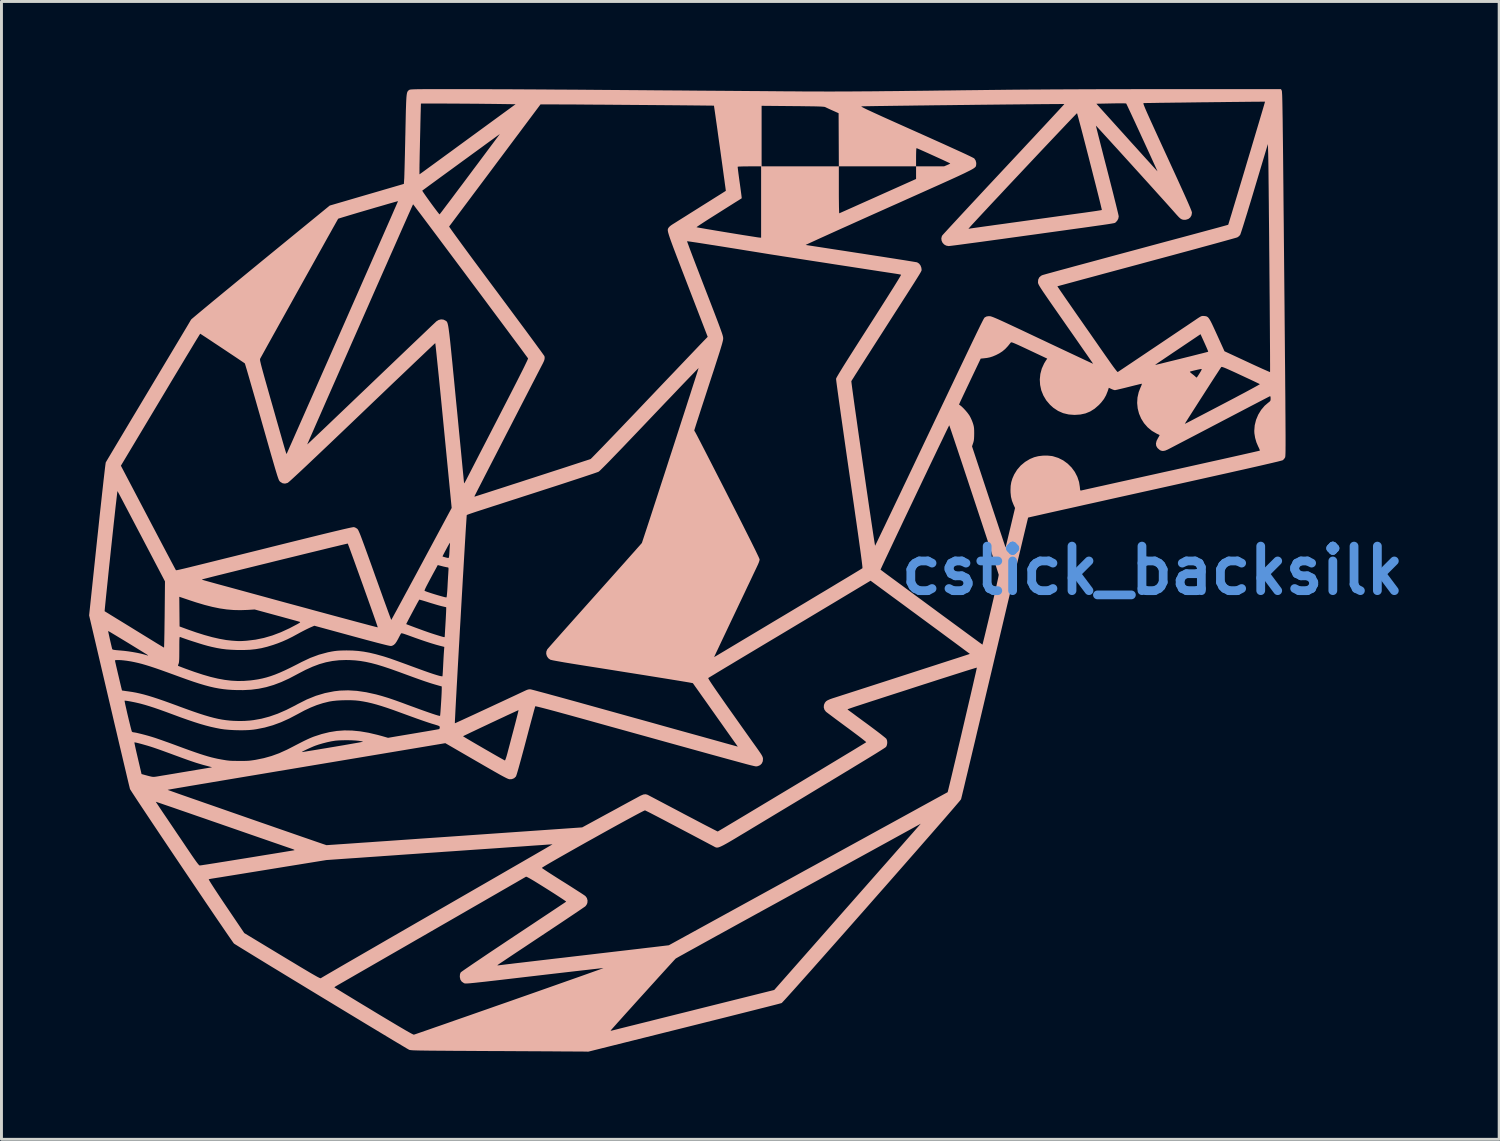
<source format=kicad_pcb>
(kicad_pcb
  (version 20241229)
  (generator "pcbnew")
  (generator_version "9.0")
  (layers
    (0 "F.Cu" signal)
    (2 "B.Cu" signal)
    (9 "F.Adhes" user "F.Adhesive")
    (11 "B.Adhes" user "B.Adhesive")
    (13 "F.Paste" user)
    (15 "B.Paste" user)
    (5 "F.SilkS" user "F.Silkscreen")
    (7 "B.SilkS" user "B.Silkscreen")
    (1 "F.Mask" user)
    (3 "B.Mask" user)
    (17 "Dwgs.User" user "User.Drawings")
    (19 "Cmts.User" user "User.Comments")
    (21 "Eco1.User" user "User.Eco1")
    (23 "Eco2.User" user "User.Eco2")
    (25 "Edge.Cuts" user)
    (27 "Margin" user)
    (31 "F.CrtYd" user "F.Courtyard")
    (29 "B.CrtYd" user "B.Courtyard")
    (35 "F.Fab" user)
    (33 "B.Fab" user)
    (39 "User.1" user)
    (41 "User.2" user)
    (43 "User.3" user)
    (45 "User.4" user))
  (footprint "cstick_backsilk"
    (layer "F.Cu")
    (at 20.184 16.504)
    (property "Reference" "cstick_backsilk" (at 16.21 -0.03 0) (layer "Cmts.User") (effects (font (size 1.524 1.524) (thickness 0.3))))
    (attr board_only exclude_from_pos_files exclude_from_bom)
    (fp_poly (pts (xy 20.63 -16.453) (xy 20.633 -16.446) (xy 20.635 -16.433) (xy 20.637 -16.414) (xy 20.639 -16.388) (xy 20.641 -16.353) (xy 20.644 -16.308) (xy 20.646 -16.253) (xy 20.648 -16.187) (xy 20.65 -16.108) (xy 20.652 -16.016) (xy 20.654 -15.909) (xy 20.656 -15.787) (xy 20.658 -15.648) (xy 20.661 -15.492) (xy 20.663 -15.317) (xy 20.665 -15.122) (xy 20.668 -14.907) (xy 20.671 -14.671) (xy 20.674 -14.412) (xy 20.677 -14.13) (xy 20.68 -13.823) (xy 20.683 -13.49) (xy 20.687 -13.131) (xy 20.69 -12.745) (xy 20.694 -12.33) (xy 20.699 -11.885) (xy 20.703 -11.41) (xy 20.708 -10.903) (xy 20.713 -10.364) (xy 20.715 -10.179) (xy 20.72 -9.632) (xy 20.725 -9.118) (xy 20.729 -8.636) (xy 20.733 -8.185) (xy 20.737 -7.763) (xy 20.74 -7.37) (xy 20.744 -7.005) (xy 20.747 -6.667) (xy 20.749 -6.355) (xy 20.752 -6.067) (xy 20.754 -5.802) (xy 20.755 -5.561) (xy 20.757 -5.34) (xy 20.758 -5.141) (xy 20.759 -4.961) (xy 20.76 -4.799) (xy 20.761 -4.655) (xy 20.761 -4.528) (xy 20.761 -4.415) (xy 20.761 -4.318) (xy 20.76 -4.233) (xy 20.76 -4.161) (xy 20.759 -4.1) (xy 20.758 -4.05) (xy 20.756 -4.009) (xy 20.755 -3.976) (xy 20.753 -3.95) (xy 20.751 -3.931) (xy 20.749 -3.917) (xy 20.747 -3.907) (xy 20.744 -3.9) (xy 20.744 -3.898) (xy 20.711 -3.849) (xy 20.671 -3.808) (xy 20.669 -3.806) (xy 20.654 -3.801) (xy 20.621 -3.791) (xy 20.568 -3.777) (xy 20.495 -3.758) (xy 20.401 -3.736) (xy 20.284 -3.708) (xy 20.145 -3.676) (xy 19.983 -3.638) (xy 19.796 -3.595) (xy 19.584 -3.547) (xy 19.347 -3.493) (xy 19.082 -3.434) (xy 18.791 -3.368) (xy 18.471 -3.297) (xy 18.122 -3.219) (xy 17.743 -3.134) (xy 17.334 -3.043) (xy 16.894 -2.945) (xy 16.421 -2.84) (xy 16.291 -2.811) (xy 15.915 -2.728) (xy 15.547 -2.646) (xy 15.19 -2.567) (xy 14.843 -2.49) (xy 14.51 -2.415) (xy 14.191 -2.344) (xy 13.887 -2.277) (xy 13.6 -2.212) (xy 13.331 -2.152) (xy 13.082 -2.097) (xy 12.854 -2.046) (xy 12.649 -2) (xy 12.467 -1.959) (xy 12.31 -1.923) (xy 12.18 -1.894) (xy 12.078 -1.871) (xy 12.005 -1.854) (xy 11.962 -1.844) (xy 11.951 -1.841) (xy 11.946 -1.824) (xy 11.934 -1.775) (xy 11.915 -1.696) (xy 11.889 -1.588) (xy 11.856 -1.452) (xy 11.817 -1.289) (xy 11.772 -1.101) (xy 11.722 -0.89) (xy 11.666 -0.656) (xy 11.605 -0.4) (xy 11.539 -0.125) (xy 11.469 0.169) (xy 11.395 0.48) (xy 11.318 0.808) (xy 11.236 1.15) (xy 11.152 1.506) (xy 11.065 1.874) (xy 10.975 2.253) (xy 10.883 2.641) (xy 10.809 2.952) (xy 10.716 3.348) (xy 10.624 3.735) (xy 10.534 4.113) (xy 10.447 4.48) (xy 10.363 4.835) (xy 10.282 5.177) (xy 10.204 5.503) (xy 10.131 5.814) (xy 10.061 6.106) (xy 9.996 6.381) (xy 9.935 6.635) (xy 9.88 6.867) (xy 9.829 7.077) (xy 9.785 7.263) (xy 9.747 7.423) (xy 9.714 7.557) (xy 9.689 7.663) (xy 9.67 7.739) (xy 9.659 7.785) (xy 9.655 7.798) (xy 9.642 7.816) (xy 9.608 7.859) (xy 9.553 7.924) (xy 9.479 8.01) (xy 9.388 8.117) (xy 9.279 8.243) (xy 9.155 8.387) (xy 9.016 8.547) (xy 8.863 8.722) (xy 8.698 8.911) (xy 8.522 9.113) (xy 8.335 9.326) (xy 8.14 9.55) (xy 7.936 9.782) (xy 7.726 10.022) (xy 7.51 10.268) (xy 7.29 10.519) (xy 7.066 10.774) (xy 6.839 11.031) (xy 6.611 11.29) (xy 6.384 11.549) (xy 6.157 11.806) (xy 5.932 12.061) (xy 5.711 12.312) (xy 5.493 12.558) (xy 5.282 12.797) (xy 5.076 13.029) (xy 4.879 13.252) (xy 4.69 13.465) (xy 4.512 13.667) (xy 4.344 13.855) (xy 4.188 14.03) (xy 4.046 14.19) (xy 3.918 14.333) (xy 3.805 14.458) (xy 3.71 14.564) (xy 3.632 14.65) (xy 3.572 14.714) (xy 3.533 14.756) (xy 3.515 14.773) (xy 3.514 14.773) (xy 3.494 14.779) (xy 3.442 14.793) (xy 3.36 14.815) (xy 3.251 14.843) (xy 3.114 14.878) (xy 2.953 14.919) (xy 2.769 14.965) (xy 2.562 15.018) (xy 2.336 15.075) (xy 2.09 15.137) (xy 1.828 15.203) (xy 1.551 15.273) (xy 1.259 15.346) (xy 0.955 15.422) (xy 0.641 15.501) (xy 0.317 15.582) (xy 0.185 15.615) (xy -3.1 16.436) (xy -3.266 16.433) (xy -3.3 16.433) (xy -3.367 16.432) (xy -3.464 16.432) (xy -3.589 16.431) (xy -3.741 16.43) (xy -3.917 16.429) (xy -4.116 16.428) (xy -4.335 16.426) (xy -4.574 16.425) (xy -4.829 16.423) (xy -5.099 16.422) (xy -5.383 16.42) (xy -5.678 16.419) (xy -5.982 16.417) (xy -6.294 16.416) (xy -6.303 16.416) (xy -6.67 16.414) (xy -7.004 16.412) (xy -7.307 16.41) (xy -7.581 16.409) (xy -7.828 16.407) (xy -8.048 16.405) (xy -8.243 16.404) (xy -8.415 16.402) (xy -8.565 16.401) (xy -8.695 16.399) (xy -8.807 16.398) (xy -8.901 16.396) (xy -8.98 16.394) (xy -9.045 16.392) (xy -9.097 16.39) (xy -9.139 16.387) (xy -9.171 16.384) (xy -9.195 16.381) (xy -9.212 16.378) (xy -9.225 16.375) (xy -9.234 16.371) (xy -9.235 16.371) (xy -9.264 16.354) (xy -9.32 16.322) (xy -9.4 16.274) (xy -9.504 16.212) (xy -9.63 16.137) (xy -9.776 16.05) (xy -9.94 15.951) (xy -10.121 15.842) (xy -10.317 15.724) (xy -10.526 15.598) (xy -10.747 15.465) (xy -10.978 15.325) (xy -11.218 15.18) (xy -11.464 15.031) (xy -11.715 14.879) (xy -11.969 14.725) (xy -12.225 14.57) (xy -12.482 14.414) (xy -12.736 14.26) (xy -12.78 14.233) (xy -11.792 14.233) (xy -11.778 14.243) (xy -11.737 14.269) (xy -11.671 14.31) (xy -11.581 14.365) (xy -11.471 14.433) (xy -11.342 14.511) (xy -11.196 14.6) (xy -11.035 14.698) (xy -10.862 14.803) (xy -10.677 14.914) (xy -10.484 15.031) (xy -10.45 15.052) (xy -10.198 15.204) (xy -9.974 15.338) (xy -9.776 15.456) (xy -9.605 15.558) (xy -9.46 15.643) (xy -9.339 15.714) (xy -9.241 15.769) (xy -9.166 15.811) (xy -9.113 15.838) (xy -9.081 15.852) (xy -9.07 15.855) (xy -9.051 15.849) (xy -9.001 15.832) (xy -8.922 15.805) (xy -8.815 15.768) (xy -8.683 15.722) (xy -8.665 15.716) (xy -2.338 15.716) (xy -2.324 15.719) (xy -2.292 15.713) (xy -2.27 15.708) (xy -2.218 15.695) (xy -2.136 15.675) (xy -2.027 15.647) (xy -1.891 15.613) (xy -1.732 15.573) (xy -1.55 15.528) (xy -1.347 15.477) (xy -1.125 15.422) (xy -0.886 15.362) (xy -0.632 15.298) (xy -0.364 15.231) (xy -0.084 15.161) (xy 0.207 15.089) (xy 0.506 15.014) (xy 0.508 15.013) (xy 3.262 14.325) (xy 5.681 11.581) (xy 5.914 11.317) (xy 6.141 11.059) (xy 6.362 10.809) (xy 6.575 10.567) (xy 6.78 10.334) (xy 6.976 10.112) (xy 7.161 9.903) (xy 7.334 9.706) (xy 7.494 9.524) (xy 7.641 9.358) (xy 7.772 9.208) (xy 7.888 9.077) (xy 7.987 8.965) (xy 8.067 8.874) (xy 8.128 8.804) (xy 8.169 8.758) (xy 8.189 8.735) (xy 8.189 8.735) (xy 8.277 8.634) (xy 8.184 8.686) (xy 8.162 8.699) (xy 8.11 8.727) (xy 8.032 8.77) (xy 7.928 8.827) (xy 7.799 8.898) (xy 7.646 8.982) (xy 7.471 9.078) (xy 7.275 9.186) (xy 7.059 9.305) (xy 6.825 9.433) (xy 6.573 9.572) (xy 6.305 9.719) (xy 6.022 9.874) (xy 5.726 10.037) (xy 5.417 10.206) (xy 5.097 10.382) (xy 4.768 10.563) (xy 4.429 10.749) (xy 4.083 10.939) (xy 4.007 10.98) (xy 3.661 11.17) (xy 3.322 11.357) (xy 2.991 11.538) (xy 2.671 11.714) (xy 2.362 11.884) (xy 2.065 12.047) (xy 1.782 12.203) (xy 1.514 12.351) (xy 1.262 12.489) (xy 1.027 12.619) (xy 0.811 12.738) (xy 0.615 12.847) (xy 0.439 12.944) (xy 0.286 13.028) (xy 0.156 13.101) (xy 0.05 13.159) (xy -0.03 13.204) (xy -0.082 13.234) (xy -0.107 13.248) (xy -0.109 13.249) (xy -0.125 13.266) (xy -0.162 13.305) (xy -0.217 13.365) (xy -0.289 13.444) (xy -0.376 13.539) (xy -0.476 13.649) (xy -0.587 13.771) (xy -0.707 13.903) (xy -0.834 14.044) (xy -0.967 14.19) (xy -1.103 14.341) (xy -1.241 14.493) (xy -1.379 14.645) (xy -1.514 14.795) (xy -1.645 14.941) (xy -1.771 15.08) (xy -1.889 15.211) (xy -1.997 15.332) (xy -2.094 15.439) (xy -2.177 15.533) (xy -2.245 15.609) (xy -2.296 15.666) (xy -2.328 15.703) (xy -2.338 15.716) (xy -8.665 15.716) (xy -8.527 15.668) (xy -8.348 15.605) (xy -8.147 15.536) (xy -7.927 15.459) (xy -7.689 15.375) (xy -7.433 15.286) (xy -7.163 15.192) (xy -6.879 15.092) (xy -6.583 14.989) (xy -6.277 14.881) (xy -5.961 14.771) (xy -5.804 14.716) (xy -5.486 14.604) (xy -5.175 14.495) (xy -4.876 14.39) (xy -4.587 14.288) (xy -4.312 14.191) (xy -4.052 14.099) (xy -3.808 14.013) (xy -3.581 13.933) (xy -3.374 13.86) (xy -3.188 13.794) (xy -3.023 13.735) (xy -2.883 13.685) (xy -2.767 13.644) (xy -2.679 13.612) (xy -2.618 13.59) (xy -2.587 13.578) (xy -2.583 13.576) (xy -2.601 13.577) (xy -2.65 13.582) (xy -2.729 13.59) (xy -2.836 13.602) (xy -2.969 13.617) (xy -3.126 13.635) (xy -3.305 13.655) (xy -3.504 13.678) (xy -3.722 13.703) (xy -3.956 13.73) (xy -4.205 13.759) (xy -4.466 13.789) (xy -4.738 13.821) (xy -4.943 13.845) (xy -5.271 13.883) (xy -5.567 13.918) (xy -5.833 13.949) (xy -6.07 13.977) (xy -6.28 14.001) (xy -6.465 14.022) (xy -6.627 14.041) (xy -6.767 14.056) (xy -6.886 14.069) (xy -6.987 14.08) (xy -7.072 14.088) (xy -7.141 14.095) (xy -7.197 14.099) (xy -7.241 14.102) (xy -7.275 14.103) (xy -7.301 14.103) (xy -7.32 14.102) (xy -7.335 14.099) (xy -7.346 14.096) (xy -7.355 14.092) (xy -7.359 14.09) (xy -7.432 14.04) (xy -7.478 13.973) (xy -7.497 13.886) (xy -7.498 13.86) (xy -7.492 13.787) (xy -7.473 13.734) (xy -7.464 13.722) (xy -7.446 13.707) (xy -7.401 13.674) (xy -7.332 13.626) (xy -7.239 13.562) (xy -7.125 13.484) (xy -7.111 13.474) (xy -6.21 13.474) (xy -6.209 13.483) (xy -6.178 13.482) (xy -6.168 13.481) (xy -6.144 13.478) (xy -6.089 13.471) (xy -6.004 13.461) (xy -5.891 13.447) (xy -5.753 13.431) (xy -5.591 13.411) (xy -5.407 13.39) (xy -5.204 13.366) (xy -4.984 13.34) (xy -4.748 13.312) (xy -4.498 13.283) (xy -4.237 13.252) (xy -3.967 13.221) (xy -3.855 13.208) (xy -3.569 13.174) (xy -3.283 13.141) (xy -3.001 13.108) (xy -2.726 13.075) (xy -2.459 13.044) (xy -2.204 13.014) (xy -1.963 12.986) (xy -1.74 12.96) (xy -1.536 12.936) (xy -1.355 12.915) (xy -1.199 12.896) (xy -1.072 12.881) (xy -0.975 12.87) (xy -0.973 12.87) (xy -0.345 12.795) (xy 3.949 10.437) (xy 4.31 10.238) (xy 4.667 10.043) (xy 5.017 9.85) (xy 5.36 9.662) (xy 5.694 9.478) (xy 6.019 9.3) (xy 6.331 9.129) (xy 6.631 8.964) (xy 6.916 8.807) (xy 7.187 8.659) (xy 7.44 8.52) (xy 7.675 8.391) (xy 7.89 8.273) (xy 8.085 8.166) (xy 8.257 8.071) (xy 8.405 7.99) (xy 8.529 7.922) (xy 8.626 7.869) (xy 8.696 7.83) (xy 8.72 7.817) (xy 9.197 7.556) (xy 9.223 7.451) (xy 9.25 7.34) (xy 9.282 7.207) (xy 9.319 7.054) (xy 9.36 6.882) (xy 9.404 6.695) (xy 9.452 6.494) (xy 9.502 6.283) (xy 9.553 6.063) (xy 9.607 5.837) (xy 9.661 5.607) (xy 9.715 5.375) (xy 9.769 5.145) (xy 9.822 4.917) (xy 9.874 4.695) (xy 9.924 4.481) (xy 9.972 4.278) (xy 10.016 4.087) (xy 10.057 3.911) (xy 10.093 3.752) (xy 10.125 3.613) (xy 10.152 3.496) (xy 10.173 3.403) (xy 10.187 3.337) (xy 10.195 3.301) (xy 10.196 3.294) (xy 10.179 3.298) (xy 10.132 3.311) (xy 10.056 3.334) (xy 9.955 3.365) (xy 9.829 3.404) (xy 9.682 3.451) (xy 9.515 3.504) (xy 9.33 3.563) (xy 9.129 3.627) (xy 8.915 3.695) (xy 8.689 3.768) (xy 8.453 3.844) (xy 8.393 3.863) (xy 8.052 3.973) (xy 7.742 4.074) (xy 7.461 4.164) (xy 7.207 4.246) (xy 6.981 4.319) (xy 6.779 4.385) (xy 6.601 4.442) (xy 6.445 4.493) (xy 6.31 4.537) (xy 6.194 4.575) (xy 6.095 4.607) (xy 6.013 4.634) (xy 5.946 4.657) (xy 5.893 4.675) (xy 5.851 4.69) (xy 5.82 4.701) (xy 5.798 4.709) (xy 5.783 4.716) (xy 5.775 4.72) (xy 5.771 4.723) (xy 5.771 4.725) (xy 5.772 4.727) (xy 5.773 4.727) (xy 5.789 4.74) (xy 5.829 4.77) (xy 5.892 4.816) (xy 5.974 4.876) (xy 6.071 4.949) (xy 6.183 5.031) (xy 6.305 5.121) (xy 6.429 5.211) (xy 6.569 5.315) (xy 6.698 5.412) (xy 6.814 5.499) (xy 6.914 5.576) (xy 6.995 5.641) (xy 7.056 5.69) (xy 7.093 5.723) (xy 7.103 5.735) (xy 7.125 5.797) (xy 7.13 5.872) (xy 7.117 5.947) (xy 7.09 6.005) (xy 7.082 6.012) (xy 7.066 6.024) (xy 7.041 6.042) (xy 7.004 6.066) (xy 6.957 6.096) (xy 6.898 6.134) (xy 6.826 6.179) (xy 6.74 6.233) (xy 6.639 6.295) (xy 6.523 6.366) (xy 6.39 6.447) (xy 6.24 6.538) (xy 6.072 6.64) (xy 5.885 6.754) (xy 5.678 6.879) (xy 5.45 7.017) (xy 5.201 7.167) (xy 4.929 7.331) (xy 4.634 7.509) (xy 4.315 7.702) (xy 3.971 7.909) (xy 3.6 8.132) (xy 3.203 8.371) (xy 2.778 8.627) (xy 2.51 8.788) (xy 2.299 8.916) (xy 2.114 9.026) (xy 1.955 9.122) (xy 1.819 9.203) (xy 1.703 9.271) (xy 1.606 9.326) (xy 1.525 9.37) (xy 1.459 9.403) (xy 1.405 9.427) (xy 1.362 9.443) (xy 1.326 9.451) (xy 1.296 9.452) (xy 1.271 9.448) (xy 1.247 9.44) (xy 1.222 9.427) (xy 1.196 9.413) (xy 1.184 9.406) (xy 1.159 9.393) (xy 1.127 9.376) (xy 1.087 9.355) (xy 1.037 9.329) (xy 0.976 9.296) (xy 0.9 9.256) (xy 0.809 9.208) (xy 0.7 9.15) (xy 0.571 9.082) (xy 0.422 9.003) (xy 0.249 8.912) (xy 0.051 8.808) (xy -0.174 8.689) (xy -0.321 8.612) (xy -0.475 8.53) (xy -0.621 8.454) (xy -0.755 8.384) (xy -0.875 8.322) (xy -0.977 8.269) (xy -1.06 8.227) (xy -1.12 8.198) (xy -1.154 8.181) (xy -1.162 8.179) (xy -1.183 8.187) (xy -1.232 8.21) (xy -1.306 8.248) (xy -1.403 8.299) (xy -1.519 8.361) (xy -1.654 8.434) (xy -1.804 8.515) (xy -1.969 8.605) (xy -2.144 8.701) (xy -2.329 8.803) (xy -2.52 8.909) (xy -2.716 9.018) (xy -2.914 9.129) (xy -3.113 9.239) (xy -3.309 9.349) (xy -3.501 9.457) (xy -3.687 9.562) (xy -3.863 9.662) (xy -4.029 9.756) (xy -4.181 9.843) (xy -4.317 9.921) (xy -4.436 9.99) (xy -4.535 10.048) (xy -4.611 10.094) (xy -4.663 10.127) (xy -4.688 10.145) (xy -4.69 10.147) (xy -4.677 10.159) (xy -4.638 10.186) (xy -4.575 10.228) (xy -4.492 10.283) (xy -4.391 10.348) (xy -4.274 10.423) (xy -4.145 10.505) (xy -4.006 10.593) (xy -3.97 10.615) (xy -3.826 10.705) (xy -3.691 10.791) (xy -3.566 10.871) (xy -3.454 10.943) (xy -3.358 11.004) (xy -3.282 11.054) (xy -3.229 11.09) (xy -3.2 11.111) (xy -3.198 11.113) (xy -3.149 11.18) (xy -3.127 11.261) (xy -3.133 11.347) (xy -3.134 11.349) (xy -3.158 11.405) (xy -3.195 11.455) (xy -3.198 11.458) (xy -3.218 11.474) (xy -3.265 11.506) (xy -3.336 11.555) (xy -3.43 11.619) (xy -3.544 11.696) (xy -3.677 11.785) (xy -3.826 11.885) (xy -3.99 11.995) (xy -4.167 12.113) (xy -4.355 12.238) (xy -4.552 12.369) (xy -4.719 12.48) (xy -4.921 12.614) (xy -5.115 12.743) (xy -5.299 12.866) (xy -5.472 12.98) (xy -5.631 13.086) (xy -5.775 13.182) (xy -5.902 13.267) (xy -6.009 13.339) (xy -6.096 13.396) (xy -6.159 13.439) (xy -6.198 13.466) (xy -6.21 13.474) (xy -7.111 13.474) (xy -6.992 13.393) (xy -6.84 13.291) (xy -6.673 13.178) (xy -6.491 13.055) (xy -6.296 12.925) (xy -6.09 12.788) (xy -5.875 12.644) (xy -5.653 12.497) (xy -5.651 12.495) (xy -5.429 12.348) (xy -5.215 12.206) (xy -5.01 12.07) (xy -4.817 11.941) (xy -4.636 11.821) (xy -4.47 11.711) (xy -4.32 11.611) (xy -4.188 11.523) (xy -4.076 11.448) (xy -3.985 11.388) (xy -3.918 11.343) (xy -3.875 11.314) (xy -3.859 11.303) (xy -3.859 11.303) (xy -3.87 11.291) (xy -3.907 11.264) (xy -3.967 11.223) (xy -4.049 11.169) (xy -4.148 11.104) (xy -4.262 11.03) (xy -4.388 10.95) (xy -4.525 10.863) (xy -4.527 10.862) (xy -4.693 10.758) (xy -4.833 10.671) (xy -4.948 10.6) (xy -5.041 10.545) (xy -5.114 10.503) (xy -5.167 10.474) (xy -5.204 10.456) (xy -5.227 10.449) (xy -5.235 10.45) (xy -5.252 10.46) (xy -5.297 10.486) (xy -5.368 10.527) (xy -5.464 10.582) (xy -5.582 10.651) (xy -5.722 10.731) (xy -5.881 10.823) (xy -6.059 10.925) (xy -6.252 11.037) (xy -6.46 11.156) (xy -6.681 11.284) (xy -6.914 11.418) (xy -7.156 11.557) (xy -7.407 11.702) (xy -7.664 11.85) (xy -7.926 12.001) (xy -8.191 12.153) (xy -8.458 12.307) (xy -8.724 12.461) (xy -8.99 12.613) (xy -9.251 12.764) (xy -9.508 12.912) (xy -9.759 13.056) (xy -10.001 13.195) (xy -10.233 13.329) (xy -10.454 13.456) (xy -10.662 13.576) (xy -10.855 13.687) (xy -11.031 13.788) (xy -11.19 13.88) (xy -11.329 13.96) (xy -11.447 14.028) (xy -11.542 14.082) (xy -11.612 14.123) (xy -11.657 14.148) (xy -11.67 14.156) (xy -11.726 14.188) (xy -11.769 14.215) (xy -11.791 14.231) (xy -11.792 14.233) (xy -12.78 14.233) (xy -12.987 14.107) (xy -13.233 13.958) (xy -13.473 13.812) (xy -13.704 13.671) (xy -13.926 13.537) (xy -14.135 13.409) (xy -14.331 13.289) (xy -14.513 13.178) (xy -14.677 13.077) (xy -14.824 12.987) (xy -14.95 12.91) (xy -15.055 12.845) (xy -15.136 12.794) (xy -15.193 12.759) (xy -15.223 12.739) (xy -15.227 12.736) (xy -15.244 12.715) (xy -15.278 12.667) (xy -15.328 12.595) (xy -15.394 12.5) (xy -15.474 12.384) (xy -15.567 12.248) (xy -15.672 12.094) (xy -15.788 11.925) (xy -15.913 11.741) (xy -16.046 11.544) (xy -16.187 11.337) (xy -16.333 11.12) (xy -16.485 10.895) (xy -16.64 10.665) (xy -16.726 10.538) (xy -16.091 10.538) (xy -16.085 10.553) (xy -16.061 10.596) (xy -16.02 10.663) (xy -15.963 10.753) (xy -15.89 10.866) (xy -15.802 10.999) (xy -15.702 11.15) (xy -15.589 11.319) (xy -15.492 11.463) (xy -14.874 12.378) (xy -13.576 13.162) (xy -13.35 13.298) (xy -13.15 13.418) (xy -12.977 13.523) (xy -12.827 13.612) (xy -12.699 13.688) (xy -12.591 13.752) (xy -12.502 13.803) (xy -12.43 13.844) (xy -12.373 13.876) (xy -12.329 13.898) (xy -12.297 13.913) (xy -12.275 13.921) (xy -12.261 13.924) (xy -12.254 13.922) (xy -12.253 13.921) (xy -12.237 13.911) (xy -12.192 13.884) (xy -12.12 13.842) (xy -12.023 13.785) (xy -11.901 13.714) (xy -11.756 13.63) (xy -11.588 13.532) (xy -11.4 13.423) (xy -11.192 13.303) (xy -10.965 13.172) (xy -10.721 13.031) (xy -10.461 12.881) (xy -10.186 12.722) (xy -9.898 12.555) (xy -9.597 12.382) (xy -9.285 12.202) (xy -8.963 12.016) (xy -8.631 11.825) (xy -8.293 11.63) (xy -8.277 11.621) (xy -7.938 11.426) (xy -7.607 11.235) (xy -7.286 11.05) (xy -6.974 10.87) (xy -6.673 10.697) (xy -6.385 10.531) (xy -6.111 10.373) (xy -5.852 10.223) (xy -5.609 10.083) (xy -5.383 9.953) (xy -5.176 9.833) (xy -4.988 9.725) (xy -4.821 9.628) (xy -4.677 9.545) (xy -4.556 9.475) (xy -4.459 9.418) (xy -4.388 9.377) (xy -4.344 9.351) (xy -4.328 9.342) (xy -4.328 9.342) (xy -4.345 9.341) (xy -4.389 9.344) (xy -4.454 9.348) (xy -4.534 9.353) (xy -4.55 9.355) (xy -4.597 9.358) (xy -4.675 9.364) (xy -4.782 9.371) (xy -4.915 9.38) (xy -5.072 9.391) (xy -5.25 9.404) (xy -5.446 9.418) (xy -5.659 9.432) (xy -5.885 9.448) (xy -6.122 9.465) (xy -6.367 9.482) (xy -6.6 9.498) (xy -7 9.525) (xy -7.369 9.551) (xy -7.71 9.575) (xy -8.024 9.596) (xy -8.315 9.617) (xy -8.585 9.635) (xy -8.838 9.653) (xy -9.075 9.67) (xy -9.299 9.685) (xy -9.512 9.7) (xy -9.718 9.715) (xy -9.919 9.729) (xy -10.006 9.735) (xy -10.097 9.741) (xy -10.216 9.75) (xy -10.359 9.76) (xy -10.519 9.771) (xy -10.693 9.783) (xy -10.874 9.796) (xy -11.058 9.809) (xy -11.213 9.819) (xy -12.065 9.879) (xy -13.001 10.031) (xy -13.217 10.066) (xy -13.458 10.105) (xy -13.715 10.147) (xy -13.979 10.19) (xy -14.243 10.233) (xy -14.496 10.274) (xy -14.731 10.312) (xy -14.877 10.336) (xy -15.056 10.365) (xy -15.228 10.393) (xy -15.39 10.419) (xy -15.539 10.443) (xy -15.67 10.465) (xy -15.781 10.482) (xy -15.867 10.496) (xy -15.925 10.505) (xy -15.945 10.508) (xy -16.009 10.519) (xy -16.06 10.529) (xy -16.089 10.537) (xy -16.091 10.538) (xy -16.726 10.538) (xy -16.798 10.431) (xy -16.958 10.194) (xy -17.118 9.956) (xy -17.277 9.72) (xy -17.434 9.486) (xy -17.588 9.256) (xy -17.738 9.033) (xy -17.882 8.817) (xy -18.02 8.611) (xy -18.15 8.416) (xy -18.271 8.234) (xy -18.383 8.066) (xy -18.483 7.915) (xy -18.504 7.884) (xy -17.902 7.884) (xy -17.894 7.898) (xy -17.869 7.937) (xy -17.828 7.998) (xy -17.776 8.077) (xy -17.713 8.171) (xy -17.642 8.277) (xy -17.584 8.362) (xy -17.499 8.487) (xy -17.401 8.633) (xy -17.292 8.794) (xy -17.178 8.964) (xy -17.062 9.134) (xy -16.951 9.299) (xy -16.849 9.451) (xy -16.746 9.603) (xy -16.66 9.73) (xy -16.589 9.832) (xy -16.532 9.913) (xy -16.487 9.974) (xy -16.453 10.017) (xy -16.427 10.046) (xy -16.409 10.061) (xy -16.397 10.065) (xy -16.376 10.062) (xy -16.323 10.055) (xy -16.241 10.042) (xy -16.133 10.026) (xy -16.002 10.005) (xy -15.848 9.981) (xy -15.676 9.953) (xy -15.487 9.923) (xy -15.283 9.89) (xy -15.068 9.855) (xy -14.843 9.819) (xy -14.793 9.811) (xy -14.565 9.774) (xy -14.347 9.738) (xy -14.14 9.704) (xy -13.947 9.673) (xy -13.769 9.644) (xy -13.61 9.618) (xy -13.472 9.595) (xy -13.357 9.576) (xy -13.268 9.561) (xy -13.207 9.551) (xy -13.177 9.546) (xy -13.174 9.545) (xy -13.157 9.54) (xy -13.157 9.532) (xy -13.177 9.521) (xy -13.22 9.503) (xy -13.29 9.479) (xy -13.335 9.463) (xy -13.377 9.449) (xy -13.449 9.424) (xy -13.548 9.39) (xy -13.674 9.346) (xy -13.823 9.295) (xy -13.993 9.236) (xy -14.183 9.17) (xy -14.391 9.098) (xy -14.613 9.021) (xy -14.85 8.939) (xy -15.097 8.853) (xy -15.353 8.764) (xy -15.616 8.673) (xy -15.724 8.635) (xy -15.985 8.545) (xy -16.237 8.457) (xy -16.479 8.374) (xy -16.708 8.294) (xy -16.922 8.22) (xy -17.12 8.152) (xy -17.3 8.089) (xy -17.461 8.034) (xy -17.599 7.987) (xy -17.714 7.947) (xy -17.803 7.917) (xy -17.865 7.896) (xy -17.898 7.885) (xy -17.902 7.884) (xy -18.504 7.884) (xy -18.571 7.782) (xy -18.645 7.669) (xy -18.705 7.577) (xy -18.749 7.508) (xy -18.769 7.477) (xy -17.497 7.477) (xy -17.482 7.483) (xy -17.436 7.499) (xy -17.363 7.525) (xy -17.264 7.56) (xy -17.141 7.604) (xy -16.996 7.655) (xy -16.83 7.713) (xy -16.647 7.777) (xy -16.448 7.846) (xy -16.235 7.921) (xy -16.01 7.999) (xy -15.774 8.081) (xy -15.531 8.166) (xy -15.282 8.253) (xy -15.029 8.341) (xy -14.774 8.43) (xy -14.519 8.519) (xy -14.266 8.607) (xy -14.017 8.693) (xy -13.774 8.778) (xy -13.54 8.859) (xy -13.315 8.937) (xy -13.102 9.011) (xy -12.904 9.08) (xy -12.721 9.143) (xy -12.556 9.2) (xy -12.412 9.25) (xy -12.29 9.292) (xy -12.191 9.326) (xy -12.119 9.35) (xy -12.075 9.365) (xy -12.061 9.369) (xy -12.044 9.368) (xy -11.993 9.365) (xy -11.912 9.359) (xy -11.802 9.352) (xy -11.663 9.342) (xy -11.497 9.331) (xy -11.306 9.318) (xy -11.092 9.303) (xy -10.854 9.286) (xy -10.596 9.269) (xy -10.318 9.249) (xy -10.021 9.229) (xy -9.708 9.207) (xy -9.38 9.184) (xy -9.037 9.16) (xy -8.682 9.135) (xy -8.315 9.11) (xy -7.939 9.084) (xy -7.68 9.066) (xy -3.31 8.761) (xy -2.76 8.462) (xy -2.524 8.333) (xy -2.315 8.22) (xy -2.132 8.121) (xy -1.974 8.034) (xy -1.838 7.96) (xy -1.722 7.897) (xy -1.624 7.844) (xy -1.543 7.8) (xy -1.477 7.765) (xy -1.424 7.736) (xy -1.382 7.713) (xy -1.349 7.695) (xy -1.323 7.682) (xy -1.307 7.673) (xy -1.215 7.635) (xy -1.136 7.627) (xy -1.068 7.647) (xy -1.046 7.659) (xy -0.997 7.685) (xy -0.923 7.724) (xy -0.826 7.775) (xy -0.708 7.837) (xy -0.573 7.908) (xy -0.422 7.988) (xy -0.257 8.075) (xy -0.082 8.167) (xy 0.102 8.264) (xy 0.142 8.286) (xy 0.327 8.383) (xy 0.503 8.475) (xy 0.668 8.562) (xy 0.82 8.642) (xy 0.957 8.713) (xy 1.076 8.774) (xy 1.174 8.825) (xy 1.251 8.864) (xy 1.302 8.89) (xy 1.327 8.901) (xy 1.328 8.901) (xy 1.344 8.893) (xy 1.387 8.868) (xy 1.456 8.827) (xy 1.548 8.773) (xy 1.661 8.705) (xy 1.795 8.625) (xy 1.948 8.534) (xy 2.116 8.433) (xy 2.299 8.324) (xy 2.495 8.206) (xy 2.702 8.082) (xy 2.918 7.952) (xy 3.142 7.818) (xy 3.371 7.68) (xy 3.605 7.54) (xy 3.84 7.399) (xy 4.075 7.258) (xy 4.309 7.117) (xy 4.539 6.978) (xy 4.765 6.843) (xy 4.983 6.711) (xy 5.192 6.585) (xy 5.391 6.465) (xy 5.578 6.352) (xy 5.75 6.248) (xy 5.907 6.154) (xy 6.045 6.07) (xy 6.164 5.997) (xy 6.262 5.938) (xy 6.337 5.892) (xy 6.386 5.862) (xy 6.409 5.847) (xy 6.41 5.846) (xy 6.4 5.834) (xy 6.364 5.804) (xy 6.307 5.758) (xy 6.229 5.697) (xy 6.135 5.625) (xy 6.025 5.543) (xy 5.904 5.452) (xy 5.773 5.355) (xy 5.749 5.338) (xy 5.615 5.239) (xy 5.487 5.144) (xy 5.369 5.057) (xy 5.264 4.978) (xy 5.175 4.911) (xy 5.104 4.858) (xy 5.054 4.82) (xy 5.029 4.799) (xy 5.028 4.798) (xy 4.979 4.731) (xy 4.957 4.653) (xy 4.963 4.571) (xy 4.995 4.495) (xy 5.038 4.444) (xy 5.093 4.409) (xy 5.177 4.372) (xy 5.271 4.339) (xy 5.317 4.325) (xy 5.391 4.301) (xy 5.491 4.269) (xy 5.614 4.229) (xy 5.758 4.183) (xy 5.922 4.13) (xy 6.103 4.072) (xy 6.298 4.009) (xy 6.506 3.942) (xy 6.725 3.871) (xy 6.951 3.798) (xy 7.184 3.723) (xy 7.421 3.646) (xy 7.659 3.569) (xy 7.897 3.492) (xy 8.132 3.416) (xy 8.363 3.341) (xy 8.586 3.269) (xy 8.8 3.2) (xy 9.003 3.134) (xy 9.192 3.073) (xy 9.365 3.017) (xy 9.521 2.967) (xy 9.656 2.923) (xy 9.769 2.886) (xy 9.858 2.857) (xy 9.919 2.837) (xy 9.952 2.826) (xy 9.957 2.824) (xy 9.944 2.814) (xy 9.906 2.785) (xy 9.843 2.739) (xy 9.759 2.677) (xy 9.655 2.599) (xy 9.533 2.509) (xy 9.394 2.406) (xy 9.24 2.293) (xy 9.074 2.17) (xy 8.897 2.039) (xy 8.71 1.902) (xy 8.516 1.759) (xy 8.316 1.612) (xy 8.113 1.462) (xy 7.907 1.311) (xy 7.702 1.159) (xy 7.498 1.009) (xy 7.297 0.862) (xy 7.102 0.718) (xy 6.914 0.58) (xy 6.751 0.46) (xy 6.559 0.319) (xy 5.571 0.911) (xy 5.422 1.001) (xy 5.247 1.106) (xy 5.049 1.224) (xy 4.832 1.354) (xy 4.6 1.493) (xy 4.355 1.64) (xy 4.101 1.791) (xy 3.841 1.947) (xy 3.579 2.104) (xy 3.318 2.26) (xy 3.061 2.413) (xy 2.812 2.562) (xy 2.804 2.567) (xy 2.579 2.702) (xy 2.361 2.832) (xy 2.154 2.956) (xy 1.957 3.074) (xy 1.775 3.184) (xy 1.607 3.284) (xy 1.456 3.375) (xy 1.323 3.455) (xy 1.212 3.523) (xy 1.122 3.577) (xy 1.056 3.617) (xy 1.017 3.641) (xy 1.004 3.649) (xy 1.005 3.658) (xy 1.016 3.68) (xy 1.036 3.715) (xy 1.066 3.763) (xy 1.108 3.828) (xy 1.162 3.908) (xy 1.228 4.005) (xy 1.308 4.121) (xy 1.402 4.255) (xy 1.51 4.41) (xy 1.633 4.586) (xy 1.773 4.784) (xy 1.929 5.004) (xy 2.102 5.249) (xy 2.293 5.518) (xy 2.503 5.814) (xy 2.665 6.04) (xy 2.735 6.14) (xy 2.788 6.217) (xy 2.826 6.276) (xy 2.851 6.321) (xy 2.866 6.357) (xy 2.874 6.388) (xy 2.877 6.406) (xy 2.871 6.496) (xy 2.837 6.573) (xy 2.779 6.631) (xy 2.702 6.665) (xy 2.665 6.671) (xy 2.658 6.672) (xy 2.652 6.673) (xy 2.644 6.673) (xy 2.635 6.673) (xy 2.624 6.672) (xy 2.608 6.669) (xy 2.588 6.665) (xy 2.563 6.66) (xy 2.531 6.652) (xy 2.491 6.643) (xy 2.442 6.631) (xy 2.384 6.616) (xy 2.315 6.598) (xy 2.235 6.576) (xy 2.142 6.551) (xy 2.036 6.522) (xy 1.915 6.489) (xy 1.778 6.452) (xy 1.625 6.41) (xy 1.454 6.363) (xy 1.265 6.311) (xy 1.057 6.254) (xy 0.827 6.19) (xy 0.577 6.121) (xy 0.304 6.045) (xy 0.007 5.963) (xy -0.314 5.874) (xy -0.66 5.778) (xy -1.033 5.674) (xy -1.434 5.563) (xy -1.862 5.444) (xy -2.321 5.317) (xy -2.809 5.181) (xy -3.329 5.036) (xy -3.482 4.994) (xy -3.756 4.918) (xy -4.002 4.851) (xy -4.22 4.791) (xy -4.41 4.74) (xy -4.57 4.698) (xy -4.701 4.664) (xy -4.802 4.639) (xy -4.871 4.623) (xy -4.909 4.616) (xy -4.916 4.616) (xy -4.922 4.635) (xy -4.936 4.685) (xy -4.958 4.761) (xy -4.985 4.862) (xy -5.018 4.986) (xy -5.057 5.129) (xy -5.1 5.289) (xy -5.146 5.463) (xy -5.195 5.649) (xy -5.236 5.804) (xy -5.297 6.035) (xy -5.354 6.245) (xy -5.405 6.434) (xy -5.451 6.6) (xy -5.49 6.74) (xy -5.523 6.854) (xy -5.549 6.94) (xy -5.568 6.995) (xy -5.578 7.02) (xy -5.64 7.079) (xy -5.719 7.11) (xy -5.793 7.114) (xy -5.811 7.111) (xy -5.835 7.104) (xy -5.867 7.091) (xy -5.908 7.072) (xy -5.961 7.045) (xy -6.028 7.01) (xy -6.111 6.965) (xy -6.211 6.908) (xy -6.332 6.84) (xy -6.475 6.758) (xy -6.642 6.662) (xy -6.835 6.55) (xy -6.933 6.494) (xy -7.994 5.879) (xy -11.898 6.533) (xy -12.413 6.619) (xy -12.896 6.7) (xy -13.348 6.776) (xy -13.769 6.846) (xy -14.161 6.912) (xy -14.525 6.973) (xy -14.862 7.029) (xy -15.172 7.081) (xy -15.458 7.129) (xy -15.719 7.173) (xy -15.957 7.213) (xy -16.174 7.25) (xy -16.369 7.282) (xy -16.545 7.312) (xy -16.701 7.338) (xy -16.84 7.362) (xy -16.962 7.383) (xy -17.069 7.401) (xy -17.16 7.416) (xy -17.238 7.43) (xy -17.304 7.441) (xy -17.357 7.45) (xy -17.401 7.458) (xy -17.434 7.464) (xy -17.46 7.469) (xy -17.477 7.472) (xy -17.489 7.475) (xy -17.495 7.476) (xy -17.497 7.477) (xy -18.769 7.477) (xy -18.777 7.464) (xy -18.786 7.447) (xy -18.792 7.424) (xy -18.805 7.369) (xy -18.826 7.285) (xy -18.853 7.172) (xy -18.886 7.034) (xy -18.924 6.871) (xy -18.968 6.686) (xy -19.017 6.479) (xy -19.07 6.253) (xy -19.128 6.009) (xy -19.165 5.853) (xy -18.635 5.853) (xy -18.633 5.871) (xy -18.624 5.917) (xy -18.609 5.989) (xy -18.589 6.082) (xy -18.564 6.192) (xy -18.535 6.316) (xy -18.516 6.398) (xy -18.39 6.936) (xy -18.197 6.989) (xy -18.112 7.011) (xy -18.05 7.025) (xy -18.002 7.032) (xy -17.959 7.032) (xy -17.911 7.027) (xy -17.885 7.023) (xy -17.846 7.017) (xy -17.776 7.005) (xy -17.681 6.989) (xy -17.563 6.97) (xy -17.426 6.947) (xy -17.274 6.922) (xy -17.11 6.894) (xy -16.938 6.865) (xy -16.871 6.854) (xy -15.976 6.704) (xy -16.186 6.648) (xy -16.296 6.619) (xy -16.406 6.586) (xy -16.522 6.551) (xy -16.648 6.509) (xy -16.788 6.461) (xy -16.947 6.404) (xy -17.13 6.337) (xy -17.267 6.287) (xy -17.401 6.237) (xy -17.539 6.187) (xy -17.673 6.138) (xy -17.797 6.094) (xy -17.903 6.057) (xy -17.978 6.031) (xy -18.076 5.999) (xy -18.18 5.967) (xy -18.285 5.937) (xy -18.384 5.909) (xy -18.474 5.885) (xy -18.549 5.866) (xy -18.603 5.855) (xy -18.632 5.852) (xy -18.635 5.853) (xy -19.165 5.853) (xy -19.189 5.75) (xy -19.253 5.476) (xy -19.321 5.19) (xy -19.39 4.893) (xy -19.462 4.587) (xy -19.496 4.443) (xy -19.5 4.426) (xy -18.97 4.426) (xy -18.969 4.444) (xy -18.96 4.49) (xy -18.946 4.56) (xy -18.926 4.648) (xy -18.903 4.749) (xy -18.878 4.86) (xy -18.851 4.974) (xy -18.824 5.088) (xy -18.797 5.196) (xy -18.773 5.294) (xy -18.752 5.376) (xy -18.735 5.439) (xy -18.723 5.477) (xy -18.72 5.486) (xy -18.69 5.503) (xy -18.666 5.507) (xy -18.629 5.512) (xy -18.564 5.524) (xy -18.48 5.544) (xy -18.381 5.568) (xy -18.273 5.596) (xy -18.164 5.626) (xy -18.058 5.657) (xy -17.987 5.679) (xy -17.918 5.701) (xy -17.823 5.734) (xy -17.707 5.774) (xy -17.576 5.821) (xy -17.435 5.871) (xy -17.29 5.924) (xy -17.182 5.964) (xy -16.947 6.051) (xy -16.74 6.126) (xy -16.558 6.19) (xy -16.396 6.245) (xy -16.252 6.291) (xy -16.123 6.33) (xy -16.004 6.363) (xy -15.892 6.39) (xy -15.784 6.414) (xy -15.676 6.434) (xy -15.657 6.438) (xy -15.567 6.453) (xy -15.495 6.465) (xy -15.433 6.473) (xy -15.373 6.479) (xy -15.308 6.483) (xy -15.231 6.485) (xy -15.134 6.486) (xy -15.035 6.487) (xy -14.909 6.487) (xy -14.806 6.485) (xy -14.715 6.48) (xy -14.627 6.47) (xy -14.531 6.456) (xy -14.481 6.448) (xy -14.203 6.391) (xy -13.939 6.317) (xy -13.678 6.222) (xy -13.591 6.182) (xy -12.905 6.182) (xy -12.903 6.184) (xy -12.884 6.182) (xy -12.834 6.174) (xy -12.757 6.162) (xy -12.655 6.145) (xy -12.531 6.125) (xy -12.388 6.102) (xy -12.229 6.075) (xy -12.057 6.047) (xy -11.875 6.016) (xy -11.849 6.012) (xy -11.666 5.981) (xy -11.493 5.952) (xy -11.334 5.924) (xy -11.19 5.899) (xy -11.065 5.877) (xy -10.962 5.859) (xy -10.884 5.844) (xy -10.832 5.834) (xy -10.811 5.828) (xy -10.811 5.828) (xy -10.826 5.822) (xy -10.868 5.813) (xy -10.929 5.803) (xy -10.967 5.797) (xy -11.079 5.787) (xy -11.213 5.78) (xy -11.358 5.777) (xy -11.504 5.779) (xy -11.639 5.784) (xy -11.753 5.793) (xy -11.764 5.795) (xy -11.891 5.815) (xy -12.037 5.846) (xy -12.189 5.885) (xy -12.335 5.928) (xy -12.437 5.963) (xy -12.499 5.987) (xy -12.571 6.018) (xy -12.648 6.052) (xy -12.724 6.087) (xy -12.793 6.12) (xy -12.85 6.148) (xy -12.889 6.17) (xy -12.905 6.182) (xy -13.591 6.182) (xy -13.413 6.102) (xy -13.268 6.028) (xy -13.097 5.939) (xy -12.953 5.865) (xy -12.831 5.803) (xy -12.726 5.753) (xy -12.636 5.712) (xy -12.557 5.679) (xy -12.49 5.653) (xy -12.223 5.566) (xy -11.963 5.502) (xy -11.707 5.461) (xy -11.448 5.442) (xy -11.184 5.447) (xy -10.909 5.474) (xy -10.62 5.523) (xy -10.311 5.596) (xy -10.166 5.635) (xy -9.954 5.696) (xy -9.631 5.641) (xy -7.387 5.641) (xy -7.373 5.652) (xy -7.333 5.677) (xy -7.27 5.715) (xy -7.188 5.763) (xy -7.09 5.821) (xy -6.981 5.885) (xy -6.862 5.954) (xy -6.738 6.026) (xy -6.612 6.099) (xy -6.488 6.17) (xy -6.369 6.239) (xy -6.259 6.302) (xy -6.16 6.358) (xy -6.077 6.405) (xy -6.012 6.441) (xy -5.97 6.464) (xy -5.954 6.471) (xy -5.944 6.456) (xy -5.927 6.413) (xy -5.905 6.348) (xy -5.881 6.265) (xy -5.865 6.206) (xy -5.844 6.125) (xy -5.815 6.016) (xy -5.781 5.888) (xy -5.744 5.745) (xy -5.704 5.594) (xy -5.663 5.441) (xy -5.637 5.341) (xy -5.601 5.205) (xy -5.569 5.08) (xy -5.541 4.97) (xy -5.518 4.878) (xy -5.501 4.808) (xy -5.492 4.764) (xy -5.49 4.748) (xy -5.49 4.748) (xy -5.524 4.763) (xy -5.583 4.79) (xy -5.665 4.828) (xy -5.765 4.874) (xy -5.882 4.928) (xy -6.01 4.989) (xy -6.149 5.053) (xy -6.293 5.121) (xy -6.441 5.19) (xy -6.588 5.26) (xy -6.733 5.328) (xy -6.87 5.393) (xy -6.998 5.454) (xy -7.113 5.508) (xy -7.212 5.556) (xy -7.292 5.594) (xy -7.35 5.622) (xy -7.382 5.638) (xy -7.387 5.641) (xy -9.631 5.641) (xy -9.09 5.55) (xy -8.923 5.522) (xy -8.766 5.495) (xy -8.622 5.471) (xy -8.494 5.449) (xy -8.385 5.43) (xy -8.299 5.415) (xy -8.239 5.404) (xy -8.209 5.398) (xy -8.205 5.397) (xy -8.19 5.376) (xy -8.184 5.341) (xy -8.186 5.32) (xy -8.193 5.304) (xy -8.213 5.29) (xy -8.25 5.275) (xy -8.31 5.256) (xy -8.375 5.236) (xy -8.466 5.209) (xy -8.511 5.194) (xy -7.668 5.194) (xy -7.668 5.198) (xy -7.652 5.192) (xy -7.609 5.173) (xy -7.54 5.141) (xy -7.449 5.1) (xy -7.339 5.049) (xy -7.211 4.99) (xy -7.069 4.925) (xy -6.916 4.854) (xy -6.755 4.779) (xy -6.587 4.701) (xy -6.417 4.622) (xy -6.246 4.542) (xy -6.077 4.464) (xy -5.914 4.388) (xy -5.758 4.315) (xy -5.614 4.248) (xy -5.482 4.186) (xy -5.367 4.132) (xy -5.271 4.087) (xy -5.265 4.084) (xy -5.194 4.053) (xy -5.139 4.038) (xy -5.089 4.036) (xy -5.079 4.037) (xy -5.054 4.042) (xy -4.998 4.056) (xy -4.913 4.078) (xy -4.803 4.108) (xy -4.668 4.144) (xy -4.511 4.186) (xy -4.334 4.235) (xy -4.138 4.288) (xy -3.927 4.346) (xy -3.703 4.408) (xy -3.466 4.473) (xy -3.22 4.542) (xy -3.05 4.589) (xy -2.583 4.719) (xy -2.133 4.844) (xy -1.702 4.964) (xy -1.29 5.078) (xy -0.898 5.187) (xy -0.528 5.291) (xy -0.179 5.388) (xy 0.148 5.479) (xy 0.451 5.563) (xy 0.73 5.64) (xy 0.984 5.711) (xy 1.211 5.774) (xy 1.412 5.83) (xy 1.586 5.879) (xy 1.731 5.919) (xy 1.847 5.951) (xy 1.933 5.975) (xy 1.989 5.99) (xy 2.012 5.997) (xy 2.013 5.997) (xy 2.007 5.986) (xy 1.987 5.957) (xy 1.977 5.943) (xy 1.961 5.921) (xy 1.927 5.873) (xy 1.876 5.802) (xy 1.811 5.71) (xy 1.733 5.6) (xy 1.643 5.473) (xy 1.544 5.333) (xy 1.437 5.181) (xy 1.323 5.021) (xy 1.212 4.863) (xy 1.094 4.697) (xy 0.983 4.539) (xy 0.878 4.391) (xy 0.782 4.256) (xy 0.697 4.135) (xy 0.623 4.031) (xy 0.562 3.946) (xy 0.517 3.882) (xy 0.488 3.841) (xy 0.477 3.826) (xy 0.462 3.822) (xy 0.421 3.815) (xy 0.354 3.802) (xy 0.259 3.786) (xy 0.138 3.766) (xy -0.012 3.741) (xy -0.191 3.712) (xy -0.398 3.678) (xy -0.635 3.64) (xy -0.902 3.597) (xy -1.2 3.549) (xy -1.528 3.497) (xy -1.888 3.44) (xy -2.279 3.377) (xy -2.703 3.31) (xy -3.16 3.238) (xy -3.279 3.219) (xy -3.523 3.18) (xy -3.739 3.145) (xy -3.927 3.114) (xy -4.084 3.086) (xy -4.212 3.063) (xy -4.308 3.045) (xy -4.373 3.03) (xy -4.405 3.021) (xy -4.405 3.02) (xy -4.472 2.97) (xy -4.518 2.901) (xy -4.541 2.823) (xy -4.537 2.743) (xy -4.506 2.67) (xy -4.503 2.666) (xy -4.487 2.647) (xy -4.45 2.604) (xy -4.394 2.54) (xy -4.318 2.454) (xy -4.225 2.349) (xy -4.116 2.226) (xy -3.993 2.087) (xy -3.856 1.933) (xy -3.706 1.765) (xy -3.547 1.586) (xy -3.377 1.396) (xy -3.2 1.197) (xy -3.016 0.991) (xy -2.872 0.83) (xy -2.684 0.62) (xy -2.502 0.416) (xy -2.328 0.221) (xy -2.162 0.035) (xy -2.007 -0.139) (xy -1.862 -0.301) (xy -1.731 -0.449) (xy -1.613 -0.582) (xy -1.51 -0.697) (xy -1.424 -0.795) (xy -1.355 -0.872) (xy -1.306 -0.928) (xy -1.276 -0.962) (xy -1.268 -0.972) (xy -1.261 -0.991) (xy -1.245 -1.04) (xy -1.219 -1.118) (xy -1.185 -1.221) (xy -1.143 -1.349) (xy -1.093 -1.5) (xy -1.037 -1.671) (xy -0.975 -1.86) (xy -0.908 -2.066) (xy -0.836 -2.287) (xy -0.76 -2.52) (xy -0.681 -2.764) (xy -0.599 -3.017) (xy -0.514 -3.277) (xy -0.428 -3.542) (xy -0.342 -3.81) (xy -0.254 -4.079) (xy -0.167 -4.347) (xy -0.081 -4.613) (xy 0.003 -4.873) (xy 0.085 -5.128) (xy 0.165 -5.373) (xy 0.241 -5.608) (xy 0.312 -5.831) (xy 0.38 -6.039) (xy 0.441 -6.231) (xy 0.497 -6.405) (xy 0.547 -6.559) (xy 0.589 -6.69) (xy 0.623 -6.798) (xy 0.649 -6.88) (xy 0.665 -6.933) (xy 0.672 -6.957) (xy 0.673 -6.958) (xy 0.66 -6.947) (xy 0.626 -6.912) (xy 0.571 -6.856) (xy 0.497 -6.779) (xy 0.404 -6.683) (xy 0.295 -6.57) (xy 0.17 -6.44) (xy 0.031 -6.295) (xy -0.12 -6.136) (xy -0.283 -5.965) (xy -0.457 -5.784) (xy -0.639 -5.592) (xy -0.829 -5.393) (xy -1.006 -5.207) (xy -1.268 -4.931) (xy -1.507 -4.681) (xy -1.724 -4.454) (xy -1.918 -4.25) (xy -2.092 -4.07) (xy -2.244 -3.913) (xy -2.375 -3.777) (xy -2.486 -3.664) (xy -2.578 -3.572) (xy -2.65 -3.501) (xy -2.702 -3.45) (xy -2.736 -3.42) (xy -2.749 -3.41) (xy -2.775 -3.4) (xy -2.831 -3.38) (xy -2.914 -3.351) (xy -3.024 -3.314) (xy -3.156 -3.27) (xy -3.311 -3.218) (xy -3.484 -3.161) (xy -3.674 -3.099) (xy -3.88 -3.031) (xy -4.097 -2.96) (xy -4.326 -2.886) (xy -4.562 -2.81) (xy -4.584 -2.803) (xy -4.83 -2.723) (xy -5.075 -2.644) (xy -5.315 -2.567) (xy -5.548 -2.491) (xy -5.771 -2.42) (xy -5.981 -2.352) (xy -6.174 -2.289) (xy -6.35 -2.233) (xy -6.503 -2.183) (xy -6.633 -2.141) (xy -6.735 -2.108) (xy -6.795 -2.089) (xy -6.912 -2.051) (xy -7.02 -2.015) (xy -7.112 -1.984) (xy -7.186 -1.958) (xy -7.236 -1.939) (xy -7.259 -1.93) (xy -7.26 -1.929) (xy -7.262 -1.912) (xy -7.266 -1.862) (xy -7.271 -1.782) (xy -7.278 -1.675) (xy -7.287 -1.541) (xy -7.297 -1.383) (xy -7.308 -1.202) (xy -7.32 -1.001) (xy -7.333 -0.781) (xy -7.347 -0.545) (xy -7.362 -0.294) (xy -7.377 -0.03) (xy -7.394 0.245) (xy -7.41 0.529) (xy -7.427 0.82) (xy -7.444 1.116) (xy -7.461 1.415) (xy -7.478 1.716) (xy -7.496 2.016) (xy -7.512 2.314) (xy -7.529 2.608) (xy -7.545 2.895) (xy -7.561 3.174) (xy -7.576 3.444) (xy -7.59 3.701) (xy -7.604 3.944) (xy -7.616 4.172) (xy -7.628 4.381) (xy -7.638 4.572) (xy -7.647 4.74) (xy -7.654 4.886) (xy -7.66 5.006) (xy -7.665 5.098) (xy -7.667 5.162) (xy -7.668 5.194) (xy -8.511 5.194) (xy -8.568 5.176) (xy -8.684 5.137) (xy -8.817 5.091) (xy -8.971 5.037) (xy -9.147 4.973) (xy -9.35 4.899) (xy -9.531 4.833) (xy -9.77 4.746) (xy -9.983 4.672) (xy -10.173 4.61) (xy -10.346 4.558) (xy -10.505 4.515) (xy -10.655 4.48) (xy -10.801 4.452) (xy -10.945 4.429) (xy -11.074 4.416) (xy -11.224 4.409) (xy -11.385 4.408) (xy -11.549 4.412) (xy -11.706 4.421) (xy -11.848 4.436) (xy -11.966 4.455) (xy -11.97 4.456) (xy -12.185 4.509) (xy -12.394 4.576) (xy -12.603 4.66) (xy -12.82 4.762) (xy -13.041 4.881) (xy -13.336 5.036) (xy -13.619 5.164) (xy -13.897 5.266) (xy -14.174 5.344) (xy -14.456 5.4) (xy -14.564 5.416) (xy -14.7 5.429) (xy -14.859 5.436) (xy -15.033 5.437) (xy -15.212 5.433) (xy -15.386 5.423) (xy -15.547 5.409) (xy -15.682 5.39) (xy -15.851 5.357) (xy -16.022 5.319) (xy -16.2 5.273) (xy -16.389 5.219) (xy -16.593 5.154) (xy -16.815 5.079) (xy -17.061 4.992) (xy -17.317 4.897) (xy -17.558 4.808) (xy -17.77 4.732) (xy -17.958 4.667) (xy -18.125 4.613) (xy -18.274 4.568) (xy -18.408 4.531) (xy -18.427 4.526) (xy -18.519 4.504) (xy -18.616 4.482) (xy -18.711 4.463) (xy -18.8 4.446) (xy -18.876 4.433) (xy -18.933 4.426) (xy -18.965 4.424) (xy -18.97 4.426) (xy -19.5 4.426) (xy -19.823 3.048) (xy -19.3 3.048) (xy -19.296 3.068) (xy -19.286 3.115) (xy -19.27 3.185) (xy -19.25 3.273) (xy -19.226 3.375) (xy -19.201 3.484) (xy -19.174 3.597) (xy -19.148 3.708) (xy -19.123 3.813) (xy -19.101 3.906) (xy -19.082 3.984) (xy -19.068 4.041) (xy -19.06 4.071) (xy -19.058 4.076) (xy -19.041 4.079) (xy -18.996 4.085) (xy -18.931 4.095) (xy -18.851 4.106) (xy -18.835 4.108) (xy -18.708 4.127) (xy -18.58 4.15) (xy -18.449 4.179) (xy -18.311 4.213) (xy -18.162 4.255) (xy -17.999 4.305) (xy -17.819 4.364) (xy -17.619 4.433) (xy -17.394 4.514) (xy -17.142 4.606) (xy -17.123 4.614) (xy -16.863 4.709) (xy -16.631 4.792) (xy -16.423 4.863) (xy -16.236 4.923) (xy -16.067 4.973) (xy -15.912 5.014) (xy -15.768 5.047) (xy -15.631 5.073) (xy -15.499 5.092) (xy -15.368 5.106) (xy -15.242 5.115) (xy -15.045 5.121) (xy -14.865 5.118) (xy -14.685 5.105) (xy -14.557 5.09) (xy -14.288 5.042) (xy -14.013 4.969) (xy -13.73 4.87) (xy -13.436 4.742) (xy -13.129 4.587) (xy -13.048 4.542) (xy -12.735 4.384) (xy -12.424 4.258) (xy -12.113 4.165) (xy -11.798 4.103) (xy -11.601 4.08) (xy -11.32 4.071) (xy -11.021 4.089) (xy -10.702 4.136) (xy -10.366 4.21) (xy -10.175 4.262) (xy -10.099 4.285) (xy -10.027 4.307) (xy -9.955 4.329) (xy -9.88 4.354) (xy -9.798 4.382) (xy -9.705 4.414) (xy -9.597 4.453) (xy -9.469 4.499) (xy -9.32 4.555) (xy -9.143 4.62) (xy -9.084 4.641) (xy -8.897 4.71) (xy -8.727 4.771) (xy -8.576 4.824) (xy -8.446 4.869) (xy -8.339 4.904) (xy -8.257 4.929) (xy -8.202 4.943) (xy -8.176 4.945) (xy -8.175 4.944) (xy -8.171 4.925) (xy -8.166 4.878) (xy -8.16 4.807) (xy -8.154 4.719) (xy -8.147 4.618) (xy -8.14 4.51) (xy -8.133 4.4) (xy -8.127 4.294) (xy -8.122 4.197) (xy -8.119 4.114) (xy -8.117 4.05) (xy -8.117 4.041) (xy -8.116 3.938) (xy -8.358 3.869) (xy -8.431 3.847) (xy -8.506 3.824) (xy -8.588 3.797) (xy -8.679 3.767) (xy -8.783 3.731) (xy -8.903 3.689) (xy -9.042 3.639) (xy -9.203 3.58) (xy -9.389 3.512) (xy -9.604 3.433) (xy -9.608 3.432) (xy -9.873 3.337) (xy -10.113 3.257) (xy -10.331 3.19) (xy -10.532 3.137) (xy -10.72 3.096) (xy -10.9 3.066) (xy -11.075 3.046) (xy -11.25 3.036) (xy -11.393 3.033) (xy -11.63 3.041) (xy -11.859 3.067) (xy -12.082 3.111) (xy -12.307 3.175) (xy -12.537 3.262) (xy -12.779 3.371) (xy -13.036 3.505) (xy -13.056 3.516) (xy -13.339 3.665) (xy -13.608 3.788) (xy -13.867 3.886) (xy -14.121 3.961) (xy -14.377 4.015) (xy -14.639 4.049) (xy -14.912 4.063) (xy -15.127 4.062) (xy -15.289 4.056) (xy -15.442 4.046) (xy -15.592 4.03) (xy -15.742 4.008) (xy -15.896 3.979) (xy -16.056 3.942) (xy -16.228 3.896) (xy -16.413 3.841) (xy -16.617 3.775) (xy -16.842 3.697) (xy -17.092 3.607) (xy -17.258 3.546) (xy -17.503 3.457) (xy -17.72 3.379) (xy -17.913 3.312) (xy -18.085 3.255) (xy -18.171 3.228) (xy -17.143 3.228) (xy -17.143 3.23) (xy -17.126 3.238) (xy -17.083 3.255) (xy -17.019 3.28) (xy -16.94 3.31) (xy -16.893 3.328) (xy -16.581 3.44) (xy -16.294 3.534) (xy -16.028 3.611) (xy -15.779 3.67) (xy -15.543 3.713) (xy -15.317 3.74) (xy -15.097 3.752) (xy -14.88 3.748) (xy -14.661 3.731) (xy -14.549 3.717) (xy -14.4 3.694) (xy -14.257 3.665) (xy -14.115 3.629) (xy -13.971 3.585) (xy -13.82 3.531) (xy -13.658 3.465) (xy -13.482 3.386) (xy -13.288 3.293) (xy -13.072 3.184) (xy -12.912 3.101) (xy -12.615 2.961) (xy -12.319 2.851) (xy -12.014 2.769) (xy -11.878 2.742) (xy -11.785 2.727) (xy -11.692 2.716) (xy -11.589 2.71) (xy -11.468 2.706) (xy -11.37 2.705) (xy -11.168 2.709) (xy -10.977 2.723) (xy -10.787 2.747) (xy -10.591 2.783) (xy -10.38 2.833) (xy -10.175 2.89) (xy -10.118 2.906) (xy -10.063 2.923) (xy -10.006 2.941) (xy -9.945 2.961) (xy -9.877 2.983) (xy -9.799 3.011) (xy -9.708 3.043) (xy -9.6 3.082) (xy -9.474 3.128) (xy -9.325 3.182) (xy -9.152 3.246) (xy -8.95 3.32) (xy -8.887 3.343) (xy -8.705 3.409) (xy -8.543 3.466) (xy -8.403 3.513) (xy -8.287 3.549) (xy -8.196 3.575) (xy -8.132 3.589) (xy -8.098 3.591) (xy -8.091 3.587) (xy -8.089 3.565) (xy -8.085 3.514) (xy -8.08 3.44) (xy -8.075 3.347) (xy -8.069 3.241) (xy -8.067 3.194) (xy -8.061 3.076) (xy -8.055 2.963) (xy -8.049 2.859) (xy -8.043 2.774) (xy -8.039 2.713) (xy -8.038 2.703) (xy -8.029 2.584) (xy -8.187 2.544) (xy -8.318 2.508) (xy -8.474 2.461) (xy -8.648 2.405) (xy -8.835 2.342) (xy -9.028 2.274) (xy -9.179 2.219) (xy -9.294 2.177) (xy -9.381 2.147) (xy -9.443 2.127) (xy -9.483 2.119) (xy -9.504 2.119) (xy -9.509 2.122) (xy -9.522 2.145) (xy -9.547 2.191) (xy -9.58 2.253) (xy -9.608 2.308) (xy -9.662 2.404) (xy -9.71 2.472) (xy -9.759 2.517) (xy -9.811 2.544) (xy -9.849 2.553) (xy -9.871 2.552) (xy -9.915 2.544) (xy -9.981 2.53) (xy -10.071 2.508) (xy -10.186 2.479) (xy -10.327 2.443) (xy -10.496 2.398) (xy -10.693 2.346) (xy -10.921 2.284) (xy -11.18 2.214) (xy -11.19 2.211) (xy -12.476 1.86) (xy -12.622 1.923) (xy -12.686 1.953) (xy -12.772 1.995) (xy -12.87 2.045) (xy -12.972 2.099) (xy -13.041 2.137) (xy -13.231 2.24) (xy -13.404 2.326) (xy -13.569 2.399) (xy -13.734 2.464) (xy -13.886 2.517) (xy -14.093 2.58) (xy -14.288 2.628) (xy -14.48 2.661) (xy -14.677 2.682) (xy -14.888 2.691) (xy -15.123 2.69) (xy -15.129 2.69) (xy -15.32 2.682) (xy -15.49 2.67) (xy -15.65 2.65) (xy -15.812 2.622) (xy -15.987 2.584) (xy -16.125 2.55) (xy -16.197 2.53) (xy -16.292 2.503) (xy -16.403 2.469) (xy -16.522 2.431) (xy -16.645 2.392) (xy -16.765 2.353) (xy -16.874 2.316) (xy -16.968 2.283) (xy -17.039 2.257) (xy -17.067 2.246) (xy -17.077 2.244) (xy -17.084 2.249) (xy -17.089 2.265) (xy -17.092 2.295) (xy -17.095 2.344) (xy -17.096 2.415) (xy -17.097 2.511) (xy -17.097 2.637) (xy -17.097 2.668) (xy -17.098 2.808) (xy -17.099 2.919) (xy -17.101 3.004) (xy -17.105 3.067) (xy -17.11 3.114) (xy -17.117 3.146) (xy -17.123 3.163) (xy -17.138 3.204) (xy -17.143 3.228) (xy -18.171 3.228) (xy -18.24 3.207) (xy -18.38 3.166) (xy -18.511 3.133) (xy -18.635 3.105) (xy -18.756 3.081) (xy -18.877 3.062) (xy -18.895 3.059) (xy -18.994 3.047) (xy -19.087 3.038) (xy -19.17 3.034) (xy -19.237 3.034) (xy -19.282 3.039) (xy -19.3 3.048) (xy -19.3 3.048) (xy -19.823 3.048) (xy -20.059 2.04) (xy -19.532 2.04) (xy -19.53 2.057) (xy -19.522 2.1) (xy -19.508 2.165) (xy -19.491 2.243) (xy -19.472 2.33) (xy -19.452 2.418) (xy -19.432 2.502) (xy -19.415 2.575) (xy -19.401 2.631) (xy -19.393 2.661) (xy -19.383 2.671) (xy -19.359 2.68) (xy -19.316 2.688) (xy -19.25 2.696) (xy -19.156 2.704) (xy -19.109 2.708) (xy -18.979 2.72) (xy -18.835 2.738) (xy -18.688 2.761) (xy -18.544 2.787) (xy -18.414 2.814) (xy -18.305 2.842) (xy -18.266 2.853) (xy -18.205 2.871) (xy -18.173 2.879) (xy -18.166 2.875) (xy -18.169 2.871) (xy -18.187 2.858) (xy -18.229 2.831) (xy -18.294 2.791) (xy -18.376 2.74) (xy -18.473 2.68) (xy -18.582 2.613) (xy -18.698 2.542) (xy -18.818 2.468) (xy -18.94 2.394) (xy -19.059 2.322) (xy -19.172 2.254) (xy -19.275 2.191) (xy -19.366 2.137) (xy -19.44 2.092) (xy -19.495 2.06) (xy -19.526 2.043) (xy -19.532 2.04) (xy -20.059 2.04) (xy -20.184 1.507) (xy -20.169 1.363) (xy -19.653 1.363) (xy -19.638 1.373) (xy -19.597 1.398) (xy -19.533 1.437) (xy -19.45 1.489) (xy -19.35 1.55) (xy -19.237 1.62) (xy -19.113 1.695) (xy -19.071 1.721) (xy -18.921 1.813) (xy -18.76 1.912) (xy -18.595 2.014) (xy -18.432 2.114) (xy -18.279 2.208) (xy -18.144 2.291) (xy -18.063 2.341) (xy -17.954 2.408) (xy -17.855 2.469) (xy -17.768 2.521) (xy -17.699 2.563) (xy -17.649 2.593) (xy -17.624 2.607) (xy -17.621 2.609) (xy -17.619 2.592) (xy -17.617 2.545) (xy -17.615 2.469) (xy -17.612 2.368) (xy -17.61 2.243) (xy -17.607 2.099) (xy -17.605 1.938) (xy -17.603 1.762) (xy -17.6 1.574) (xy -17.599 1.476) (xy -17.593 0.869) (xy -17.098 0.869) (xy -17.089 1.885) (xy -16.818 1.985) (xy -16.524 2.088) (xy -16.241 2.177) (xy -15.973 2.251) (xy -15.724 2.308) (xy -15.495 2.349) (xy -15.305 2.37) (xy -15.2 2.378) (xy -15.119 2.383) (xy -15.053 2.386) (xy -14.992 2.385) (xy -14.925 2.382) (xy -14.845 2.377) (xy -14.782 2.372) (xy -14.491 2.337) (xy -14.204 2.278) (xy -13.916 2.194) (xy -13.623 2.083) (xy -13.323 1.945) (xy -13.054 1.803) (xy -12.998 1.77) (xy -12.968 1.749) (xy -12.962 1.735) (xy -12.973 1.728) (xy -12.995 1.721) (xy -13.047 1.706) (xy -13.125 1.684) (xy -13.225 1.657) (xy -13.344 1.624) (xy -13.48 1.587) (xy -13.627 1.546) (xy -13.762 1.51) (xy -14.518 1.304) (xy -14.77 1.319) (xy -15.007 1.327) (xy -15.241 1.322) (xy -15.476 1.302) (xy -15.716 1.267) (xy -15.968 1.215) (xy -16.235 1.147) (xy -16.523 1.061) (xy -16.706 1.001) (xy -17.098 0.869) (xy -17.593 0.869) (xy -17.588 0.343) (xy -17.622 0.277) (xy -16.326 0.277) (xy -16.317 0.283) (xy -16.282 0.296) (xy -16.226 0.313) (xy -16.173 0.328) (xy -15.763 0.441) (xy -15.357 0.551) (xy -14.958 0.66) (xy -14.567 0.767) (xy -14.185 0.871) (xy -13.814 0.973) (xy -13.454 1.071) (xy -13.106 1.165) (xy -12.773 1.255) (xy -12.456 1.342) (xy -12.155 1.423) (xy -11.872 1.5) (xy -11.608 1.571) (xy -11.365 1.636) (xy -11.143 1.696) (xy -10.945 1.749) (xy -10.771 1.795) (xy -10.622 1.835) (xy -10.501 1.867) (xy -10.408 1.891) (xy -10.344 1.907) (xy -10.311 1.915) (xy -10.306 1.915) (xy -10.311 1.898) (xy -10.327 1.851) (xy -10.342 1.805) (xy -9.333 1.805) (xy -9.315 1.812) (xy -9.271 1.829) (xy -9.205 1.854) (xy -9.123 1.885) (xy -9.031 1.92) (xy -8.932 1.956) (xy -8.833 1.992) (xy -8.738 2.027) (xy -8.653 2.057) (xy -8.642 2.061) (xy -8.565 2.088) (xy -8.476 2.118) (xy -8.38 2.149) (xy -8.285 2.179) (xy -8.197 2.206) (xy -8.121 2.229) (xy -8.063 2.245) (xy -8.03 2.252) (xy -8.028 2.253) (xy -8.016 2.24) (xy -8.015 2.232) (xy -8.013 2.21) (xy -8.011 2.159) (xy -8.006 2.084) (xy -8.001 1.99) (xy -7.994 1.881) (xy -7.989 1.796) (xy -7.982 1.676) (xy -7.976 1.563) (xy -7.971 1.463) (xy -7.967 1.382) (xy -7.965 1.325) (xy -7.964 1.304) (xy -7.964 1.227) (xy -8.121 1.19) (xy -8.19 1.172) (xy -8.282 1.146) (xy -8.389 1.114) (xy -8.5 1.081) (xy -8.578 1.056) (xy -8.673 1.026) (xy -8.756 1.001) (xy -8.823 0.982) (xy -8.868 0.97) (xy -8.886 0.967) (xy -8.886 0.967) (xy -8.897 0.985) (xy -8.92 1.027) (xy -8.955 1.089) (xy -8.997 1.167) (xy -9.045 1.256) (xy -9.096 1.351) (xy -9.147 1.447) (xy -9.197 1.541) (xy -9.243 1.627) (xy -9.281 1.701) (xy -9.311 1.759) (xy -9.329 1.794) (xy -9.333 1.805) (xy -10.342 1.805) (xy -10.352 1.777) (xy -10.386 1.677) (xy -10.429 1.555) (xy -10.479 1.413) (xy -10.536 1.252) (xy -10.599 1.076) (xy -10.667 0.885) (xy -10.739 0.684) (xy -10.811 0.481) (xy -10.887 0.271) (xy -10.959 0.07) (xy -11.028 -0.12) (xy -11.091 -0.296) (xy -11.149 -0.456) (xy -11.201 -0.598) (xy -11.245 -0.719) (xy -11.281 -0.817) (xy -11.309 -0.89) (xy -11.326 -0.936) (xy -11.333 -0.952) (xy -11.35 -0.949) (xy -11.397 -0.938) (xy -11.474 -0.92) (xy -11.576 -0.896) (xy -11.703 -0.865) (xy -11.851 -0.83) (xy -12.02 -0.789) (xy -12.206 -0.743) (xy -12.407 -0.694) (xy -12.622 -0.642) (xy -12.847 -0.587) (xy -13.082 -0.529) (xy -13.323 -0.47) (xy -13.569 -0.41) (xy -13.817 -0.349) (xy -14.065 -0.287) (xy -14.311 -0.227) (xy -14.553 -0.167) (xy -14.788 -0.109) (xy -15.015 -0.053) (xy -15.231 0.001) (xy -15.434 0.051) (xy -15.622 0.098) (xy -15.792 0.14) (xy -15.943 0.178) (xy -16.072 0.211) (xy -16.177 0.238) (xy -16.256 0.258) (xy -16.307 0.271) (xy -16.326 0.277) (xy -17.622 0.277) (xy -18.395 -1.197) (xy -18.507 -1.409) (xy -18.614 -1.613) (xy -18.716 -1.807) (xy -18.811 -1.988) (xy -18.899 -2.155) (xy -18.978 -2.305) (xy -19.047 -2.437) (xy -19.106 -2.548) (xy -19.153 -2.637) (xy -19.188 -2.701) (xy -19.208 -2.739) (xy -19.213 -2.748) (xy -19.216 -2.733) (xy -19.223 -2.687) (xy -19.232 -2.61) (xy -19.244 -2.506) (xy -19.259 -2.377) (xy -19.277 -2.224) (xy -19.296 -2.049) (xy -19.317 -1.855) (xy -19.341 -1.643) (xy -19.365 -1.416) (xy -19.391 -1.175) (xy -19.418 -0.923) (xy -19.442 -0.701) (xy -19.469 -0.441) (xy -19.496 -0.19) (xy -19.521 0.05) (xy -19.544 0.276) (xy -19.566 0.486) (xy -19.586 0.679) (xy -19.604 0.852) (xy -19.619 1.003) (xy -19.632 1.131) (xy -19.642 1.233) (xy -19.649 1.307) (xy -19.653 1.351) (xy -19.653 1.363) (xy -20.169 1.363) (xy -19.91 -1.089) (xy -19.878 -1.383) (xy -19.848 -1.668) (xy -19.819 -1.942) (xy -19.79 -2.204) (xy -19.763 -2.451) (xy -19.738 -2.682) (xy -19.714 -2.895) (xy -19.693 -3.088) (xy -19.673 -3.26) (xy -19.656 -3.407) (xy -19.642 -3.529) (xy -19.631 -3.616) (xy -19.097 -3.616) (xy -18.163 -1.838) (xy -18.043 -1.609) (xy -17.927 -1.389) (xy -17.816 -1.178) (xy -17.712 -0.98) (xy -17.615 -0.796) (xy -17.526 -0.627) (xy -17.446 -0.477) (xy -17.377 -0.345) (xy -17.318 -0.235) (xy -17.272 -0.148) (xy -17.239 -0.087) (xy -17.22 -0.052) (xy -17.216 -0.045) (xy -17.214 -0.043) (xy -17.211 -0.041) (xy -17.207 -0.04) (xy -17.199 -0.04) (xy -17.186 -0.041) (xy -17.167 -0.044) (xy -17.141 -0.049) (xy -17.106 -0.057) (xy -17.061 -0.067) (xy -17.005 -0.08) (xy -16.935 -0.096) (xy -16.852 -0.116) (xy -16.753 -0.14) (xy -16.637 -0.169) (xy -16.502 -0.202) (xy -16.348 -0.24) (xy -16.174 -0.283) (xy -15.976 -0.332) (xy -15.756 -0.387) (xy -15.51 -0.448) (xy -15.237 -0.515) (xy -14.937 -0.59) (xy -14.608 -0.672) (xy -14.249 -0.761) (xy -13.939 -0.839) (xy -13.569 -0.931) (xy -13.231 -1.015) (xy -12.923 -1.091) (xy -12.644 -1.16) (xy -12.393 -1.222) (xy -12.169 -1.277) (xy -11.971 -1.325) (xy -11.797 -1.367) (xy -11.645 -1.403) (xy -11.516 -1.434) (xy -11.407 -1.459) (xy -11.318 -1.479) (xy -11.246 -1.495) (xy -11.192 -1.505) (xy -11.153 -1.512) (xy -11.129 -1.515) (xy -11.12 -1.515) (xy -11.068 -1.496) (xy -11.016 -1.463) (xy -11.006 -1.456) (xy -10.997 -1.445) (xy -10.986 -1.43) (xy -10.973 -1.409) (xy -10.958 -1.378) (xy -10.94 -1.337) (xy -10.917 -1.284) (xy -10.89 -1.216) (xy -10.858 -1.131) (xy -10.82 -1.029) (xy -10.775 -0.907) (xy -10.722 -0.762) (xy -10.661 -0.594) (xy -10.591 -0.4) (xy -10.511 -0.178) (xy -10.421 0.074) (xy -10.403 0.126) (xy -10.324 0.344) (xy -10.249 0.553) (xy -10.178 0.751) (xy -10.112 0.935) (xy -10.051 1.103) (xy -9.996 1.253) (xy -9.949 1.383) (xy -9.909 1.491) (xy -9.878 1.574) (xy -9.857 1.63) (xy -9.846 1.658) (xy -9.844 1.66) (xy -9.835 1.646) (xy -9.811 1.603) (xy -9.773 1.534) (xy -9.722 1.44) (xy -9.658 1.324) (xy -9.584 1.186) (xy -9.499 1.03) (xy -9.405 0.855) (xy -9.302 0.665) (xy -9.299 0.661) (xy -8.705 0.661) (xy -8.703 0.665) (xy -8.673 0.679) (xy -8.618 0.7) (xy -8.543 0.725) (xy -8.455 0.754) (xy -8.359 0.784) (xy -8.262 0.813) (xy -8.168 0.84) (xy -8.085 0.863) (xy -8.018 0.881) (xy -7.972 0.89) (xy -7.956 0.891) (xy -7.949 0.873) (xy -7.942 0.826) (xy -7.935 0.753) (xy -7.927 0.658) (xy -7.92 0.545) (xy -7.919 0.524) (xy -7.913 0.405) (xy -7.906 0.287) (xy -7.9 0.178) (xy -7.894 0.086) (xy -7.89 0.019) (xy -7.89 0.013) (xy -7.885 -0.059) (xy -7.885 -0.103) (xy -7.89 -0.126) (xy -7.9 -0.135) (xy -7.909 -0.136) (xy -7.938 -0.14) (xy -7.99 -0.151) (xy -8.058 -0.166) (xy -8.096 -0.176) (xy -8.253 -0.216) (xy -8.327 -0.078) (xy -8.42 0.092) (xy -8.497 0.236) (xy -8.56 0.354) (xy -8.61 0.449) (xy -8.649 0.524) (xy -8.676 0.58) (xy -8.694 0.62) (xy -8.703 0.646) (xy -8.705 0.661) (xy -9.299 0.661) (xy -9.192 0.461) (xy -9.075 0.245) (xy -8.953 0.019) (xy -8.827 -0.217) (xy -8.806 -0.255) (xy -8.669 -0.511) (xy -8.09 -0.511) (xy -8.071 -0.503) (xy -8.031 -0.491) (xy -7.981 -0.477) (xy -7.933 -0.466) (xy -7.898 -0.459) (xy -7.894 -0.459) (xy -7.881 -0.463) (xy -7.872 -0.48) (xy -7.865 -0.515) (xy -7.859 -0.575) (xy -7.855 -0.64) (xy -7.85 -0.725) (xy -7.845 -0.808) (xy -7.84 -0.875) (xy -7.837 -0.905) (xy -7.835 -0.95) (xy -7.837 -0.975) (xy -7.84 -0.976) (xy -7.853 -0.957) (xy -7.877 -0.916) (xy -7.91 -0.858) (xy -7.947 -0.789) (xy -7.986 -0.717) (xy -8.023 -0.647) (xy -8.055 -0.586) (xy -8.078 -0.54) (xy -8.089 -0.514) (xy -8.09 -0.511) (xy -8.669 -0.511) (xy -7.777 -2.171) (xy -8.052 -4.991) (xy -8.082 -5.297) (xy -8.111 -5.593) (xy -8.139 -5.879) (xy -8.166 -6.152) (xy -8.192 -6.41) (xy -8.216 -6.652) (xy -8.239 -6.876) (xy -8.26 -7.08) (xy -8.279 -7.263) (xy -8.295 -7.423) (xy -8.309 -7.557) (xy -8.321 -7.665) (xy -8.33 -7.745) (xy -8.336 -7.794) (xy -8.339 -7.811) (xy -8.339 -7.811) (xy -8.352 -7.8) (xy -8.389 -7.766) (xy -8.448 -7.711) (xy -8.527 -7.636) (xy -8.627 -7.542) (xy -8.745 -7.429) (xy -8.881 -7.3) (xy -9.033 -7.156) (xy -9.2 -6.996) (xy -9.382 -6.823) (xy -9.576 -6.638) (xy -9.783 -6.442) (xy -9.999 -6.235) (xy -10.225 -6.019) (xy -10.46 -5.795) (xy -10.701 -5.564) (xy -10.836 -5.435) (xy -11.152 -5.133) (xy -11.444 -4.854) (xy -11.713 -4.598) (xy -11.959 -4.363) (xy -12.184 -4.15) (xy -12.387 -3.957) (xy -12.57 -3.784) (xy -12.732 -3.63) (xy -12.875 -3.496) (xy -13 -3.379) (xy -13.106 -3.281) (xy -13.195 -3.199) (xy -13.266 -3.134) (xy -13.322 -3.084) (xy -13.362 -3.05) (xy -13.387 -3.031) (xy -13.394 -3.027) (xy -13.48 -3.004) (xy -13.561 -3.015) (xy -13.637 -3.06) (xy -13.651 -3.072) (xy -13.66 -3.081) (xy -13.668 -3.091) (xy -13.677 -3.104) (xy -13.687 -3.122) (xy -13.698 -3.147) (xy -13.711 -3.181) (xy -13.726 -3.224) (xy -13.745 -3.28) (xy -13.766 -3.349) (xy -13.792 -3.434) (xy -13.823 -3.536) (xy -13.858 -3.657) (xy -13.899 -3.798) (xy -13.947 -3.962) (xy -14.001 -4.15) (xy -14.062 -4.365) (xy -14.131 -4.607) (xy -14.208 -4.878) (xy -14.276 -5.116) (xy -14.347 -5.368) (xy -14.417 -5.611) (xy -14.483 -5.843) (xy -14.546 -6.061) (xy -14.605 -6.265) (xy -14.659 -6.452) (xy -14.707 -6.62) (xy -14.75 -6.767) (xy -14.786 -6.891) (xy -14.816 -6.99) (xy -14.837 -7.062) (xy -14.851 -7.105) (xy -14.855 -7.117) (xy -14.874 -7.131) (xy -14.918 -7.161) (xy -14.983 -7.205) (xy -15.04 -7.243) (xy -14.335 -7.243) (xy -14.333 -7.219) (xy -14.327 -7.186) (xy -14.317 -7.142) (xy -14.304 -7.086) (xy -14.286 -7.015) (xy -14.262 -6.926) (xy -14.233 -6.82) (xy -14.198 -6.692) (xy -14.156 -6.542) (xy -14.106 -6.366) (xy -14.049 -6.165) (xy -13.984 -5.934) (xy -13.911 -5.68) (xy -13.834 -5.409) (xy -13.766 -5.168) (xy -13.705 -4.956) (xy -13.653 -4.772) (xy -13.607 -4.612) (xy -13.569 -4.477) (xy -13.536 -4.363) (xy -13.509 -4.269) (xy -13.486 -4.193) (xy -13.469 -4.134) (xy -13.455 -4.089) (xy -13.444 -4.057) (xy -13.436 -4.036) (xy -13.431 -4.024) (xy -13.427 -4.019) (xy -13.424 -4.02) (xy -13.422 -4.024) (xy -13.42 -4.031) (xy -13.418 -4.037) (xy -13.417 -4.039) (xy -13.409 -4.056) (xy -13.388 -4.104) (xy -13.354 -4.18) (xy -13.309 -4.283) (xy -13.281 -4.344) (xy -12.72 -4.344) (xy -12.708 -4.355) (xy -12.672 -4.388) (xy -12.614 -4.442) (xy -12.535 -4.517) (xy -12.437 -4.61) (xy -12.321 -4.72) (xy -12.187 -4.847) (xy -12.038 -4.989) (xy -11.874 -5.146) (xy -11.697 -5.315) (xy -11.507 -5.496) (xy -11.307 -5.687) (xy -11.097 -5.888) (xy -10.878 -6.097) (xy -10.652 -6.312) (xy -10.542 -6.418) (xy -10.312 -6.638) (xy -10.088 -6.852) (xy -9.871 -7.059) (xy -9.663 -7.258) (xy -9.465 -7.447) (xy -9.278 -7.626) (xy -9.103 -7.793) (xy -8.942 -7.946) (xy -8.796 -8.085) (xy -8.666 -8.209) (xy -8.554 -8.316) (xy -8.461 -8.405) (xy -8.387 -8.474) (xy -8.335 -8.523) (xy -8.306 -8.551) (xy -8.301 -8.556) (xy -8.223 -8.604) (xy -8.14 -8.624) (xy -8.058 -8.616) (xy -7.999 -8.588) (xy -7.984 -8.579) (xy -7.972 -8.571) (xy -7.96 -8.563) (xy -7.949 -8.553) (xy -7.938 -8.539) (xy -7.929 -8.52) (xy -7.919 -8.495) (xy -7.91 -8.461) (xy -7.9 -8.418) (xy -7.89 -8.364) (xy -7.88 -8.297) (xy -7.869 -8.215) (xy -7.856 -8.118) (xy -7.843 -8.003) (xy -7.828 -7.869) (xy -7.812 -7.715) (xy -7.794 -7.538) (xy -7.774 -7.338) (xy -7.751 -7.113) (xy -7.727 -6.861) (xy -7.699 -6.581) (xy -7.669 -6.271) (xy -7.636 -5.929) (xy -7.618 -5.744) (xy -7.588 -5.445) (xy -7.56 -5.154) (xy -7.533 -4.874) (xy -7.507 -4.607) (xy -7.482 -4.354) (xy -7.459 -4.118) (xy -7.438 -3.899) (xy -7.419 -3.701) (xy -7.402 -3.524) (xy -7.387 -3.37) (xy -7.374 -3.242) (xy -7.365 -3.14) (xy -7.358 -3.068) (xy -7.354 -3.026) (xy -7.353 -3.016) (xy -7.346 -3.018) (xy -7.327 -3.046) (xy -7.3 -3.093) (xy -7.287 -3.118) (xy -7.271 -3.148) (xy -7.241 -3.207) (xy -7.197 -3.292) (xy -7.141 -3.401) (xy -7.073 -3.533) (xy -6.994 -3.686) (xy -6.906 -3.857) (xy -6.809 -4.046) (xy -6.704 -4.249) (xy -6.592 -4.465) (xy -6.475 -4.692) (xy -6.353 -4.929) (xy -6.227 -5.173) (xy -6.186 -5.253) (xy -6.023 -5.57) (xy -5.875 -5.857) (xy -5.742 -6.116) (xy -5.624 -6.347) (xy -5.52 -6.551) (xy -5.431 -6.728) (xy -5.354 -6.88) (xy -5.291 -7.007) (xy -5.242 -7.109) (xy -5.204 -7.188) (xy -5.179 -7.243) (xy -5.166 -7.277) (xy -5.163 -7.289) (xy -5.175 -7.306) (xy -5.206 -7.349) (xy -5.255 -7.415) (xy -5.32 -7.504) (xy -5.4 -7.613) (xy -5.495 -7.741) (xy -5.603 -7.886) (xy -5.723 -8.047) (xy -5.853 -8.223) (xy -5.993 -8.411) (xy -6.141 -8.61) (xy -6.296 -8.818) (xy -6.457 -9.034) (xy -6.622 -9.257) (xy -6.791 -9.484) (xy -6.963 -9.714) (xy -7.136 -9.945) (xy -7.308 -10.177) (xy -7.48 -10.407) (xy -7.649 -10.633) (xy -7.814 -10.854) (xy -7.975 -11.069) (xy -8.13 -11.276) (xy -8.277 -11.474) (xy -8.416 -11.659) (xy -8.523 -11.802) (xy -7.864 -11.802) (xy -7.855 -11.786) (xy -7.827 -11.745) (xy -7.781 -11.678) (xy -7.717 -11.589) (xy -7.635 -11.476) (xy -7.538 -11.343) (xy -7.426 -11.189) (xy -7.299 -11.016) (xy -7.159 -10.825) (xy -7.006 -10.618) (xy -6.841 -10.396) (xy -6.665 -10.159) (xy -6.479 -9.908) (xy -6.284 -9.646) (xy -6.244 -9.593) (xy -6.064 -9.35) (xy -5.889 -9.115) (xy -5.721 -8.888) (xy -5.56 -8.671) (xy -5.408 -8.466) (xy -5.265 -8.274) (xy -5.134 -8.096) (xy -5.014 -7.933) (xy -4.908 -7.789) (xy -4.816 -7.662) (xy -4.738 -7.557) (xy -4.677 -7.472) (xy -4.634 -7.411) (xy -4.608 -7.375) (xy -4.602 -7.365) (xy -4.594 -7.315) (xy -4.598 -7.264) (xy -4.616 -7.204) (xy -4.651 -7.128) (xy -4.666 -7.099) (xy -4.717 -7.001) (xy -4.779 -6.881) (xy -4.851 -6.742) (xy -4.932 -6.584) (xy -5.022 -6.411) (xy -5.118 -6.224) (xy -5.221 -6.024) (xy -5.329 -5.815) (xy -5.441 -5.598) (xy -5.556 -5.374) (xy -5.673 -5.147) (xy -5.791 -4.917) (xy -5.91 -4.688) (xy -6.027 -4.46) (xy -6.142 -4.236) (xy -6.254 -4.018) (xy -6.363 -3.807) (xy -6.466 -3.607) (xy -6.563 -3.418) (xy -6.653 -3.243) (xy -6.734 -3.084) (xy -6.807 -2.942) (xy -6.87 -2.82) (xy -6.921 -2.72) (xy -6.96 -2.643) (xy -6.986 -2.592) (xy -6.998 -2.569) (xy -6.998 -2.568) (xy -6.989 -2.559) (xy -6.972 -2.564) (xy -6.925 -2.579) (xy -6.849 -2.603) (xy -6.747 -2.636) (xy -6.621 -2.676) (xy -6.473 -2.724) (xy -6.304 -2.779) (xy -6.116 -2.839) (xy -5.912 -2.905) (xy -5.694 -2.976) (xy -5.462 -3.05) (xy -5.221 -3.129) (xy -5.019 -3.194) (xy -4.77 -3.275) (xy -4.529 -3.353) (xy -4.299 -3.428) (xy -4.081 -3.498) (xy -3.878 -3.564) (xy -3.692 -3.625) (xy -3.524 -3.68) (xy -3.377 -3.728) (xy -3.253 -3.769) (xy -3.153 -3.801) (xy -3.08 -3.825) (xy -3.036 -3.84) (xy -3.022 -3.845) (xy -3.007 -3.859) (xy -2.969 -3.896) (xy -2.911 -3.955) (xy -2.833 -4.035) (xy -2.737 -4.134) (xy -2.623 -4.251) (xy -2.495 -4.384) (xy -2.352 -4.533) (xy -2.195 -4.696) (xy -2.027 -4.871) (xy -1.849 -5.058) (xy -1.661 -5.254) (xy -1.465 -5.459) (xy -1.263 -5.672) (xy -1.151 -5.79) (xy -0.943 -6.008) (xy -0.74 -6.222) (xy -0.543 -6.429) (xy -0.353 -6.628) (xy -0.172 -6.817) (xy -0.002 -6.996) (xy 0.157 -7.163) (xy 0.303 -7.316) (xy 0.434 -7.453) (xy 0.549 -7.574) (xy 0.647 -7.677) (xy 0.727 -7.761) (xy 0.787 -7.823) (xy 0.825 -7.863) (xy 0.835 -7.873) (xy 0.985 -8.027) (xy 0.296 -9.813) (xy 0.188 -10.094) (xy 0.091 -10.345) (xy 0.006 -10.567) (xy -0.07 -10.764) (xy -0.135 -10.936) (xy -0.192 -11.085) (xy -0.239 -11.213) (xy -0.27 -11.298) (xy 0.279 -11.298) (xy 0.283 -11.282) (xy 0.3 -11.235) (xy 0.327 -11.162) (xy 0.363 -11.063) (xy 0.409 -10.941) (xy 0.463 -10.798) (xy 0.525 -10.636) (xy 0.593 -10.458) (xy 0.668 -10.264) (xy 0.747 -10.058) (xy 0.83 -9.842) (xy 0.892 -9.682) (xy 0.994 -9.419) (xy 1.084 -9.186) (xy 1.163 -8.981) (xy 1.232 -8.802) (xy 1.291 -8.647) (xy 1.342 -8.513) (xy 1.384 -8.4) (xy 1.419 -8.305) (xy 1.447 -8.226) (xy 1.47 -8.162) (xy 1.487 -8.11) (xy 1.499 -8.069) (xy 1.507 -8.036) (xy 1.512 -8.01) (xy 1.514 -7.989) (xy 1.515 -7.972) (xy 1.514 -7.952) (xy 1.51 -7.925) (xy 1.503 -7.89) (xy 1.492 -7.845) (xy 1.477 -7.787) (xy 1.456 -7.716) (xy 1.43 -7.629) (xy 1.398 -7.524) (xy 1.358 -7.399) (xy 1.311 -7.253) (xy 1.256 -7.082) (xy 1.193 -6.885) (xy 1.119 -6.661) (xy 1.036 -6.406) (xy 1.02 -6.357) (xy 0.949 -6.138) (xy 0.881 -5.929) (xy 0.816 -5.731) (xy 0.756 -5.547) (xy 0.702 -5.379) (xy 0.653 -5.228) (xy 0.611 -5.098) (xy 0.577 -4.991) (xy 0.551 -4.908) (xy 0.533 -4.852) (xy 0.526 -4.826) (xy 0.525 -4.825) (xy 0.536 -4.798) (xy 0.55 -4.779) (xy 0.56 -4.761) (xy 0.585 -4.715) (xy 0.624 -4.642) (xy 0.675 -4.543) (xy 0.738 -4.422) (xy 0.812 -4.278) (xy 0.896 -4.115) (xy 0.989 -3.934) (xy 1.09 -3.737) (xy 1.199 -3.524) (xy 1.314 -3.299) (xy 1.435 -3.063) (xy 1.561 -2.817) (xy 1.668 -2.606) (xy 1.839 -2.27) (xy 1.995 -1.964) (xy 2.136 -1.686) (xy 2.261 -1.437) (xy 2.372 -1.217) (xy 2.469 -1.024) (xy 2.551 -0.858) (xy 2.62 -0.719) (xy 2.674 -0.606) (xy 2.716 -0.518) (xy 2.744 -0.456) (xy 2.759 -0.418) (xy 2.762 -0.407) (xy 2.755 -0.368) (xy 2.736 -0.309) (xy 2.708 -0.241) (xy 2.696 -0.215) (xy 2.679 -0.179) (xy 2.649 -0.115) (xy 2.606 -0.025) (xy 2.552 0.088) (xy 2.489 0.222) (xy 2.417 0.374) (xy 2.337 0.541) (xy 2.252 0.722) (xy 2.161 0.913) (xy 2.066 1.112) (xy 1.991 1.271) (xy 1.894 1.475) (xy 1.799 1.674) (xy 1.709 1.864) (xy 1.624 2.044) (xy 1.545 2.21) (xy 1.474 2.36) (xy 1.412 2.491) (xy 1.36 2.602) (xy 1.319 2.689) (xy 1.29 2.749) (xy 1.277 2.776) (xy 1.204 2.934) (xy 1.284 2.887) (xy 1.307 2.874) (xy 1.358 2.844) (xy 1.434 2.798) (xy 1.535 2.738) (xy 1.659 2.664) (xy 1.804 2.577) (xy 1.968 2.479) (xy 2.151 2.369) (xy 2.351 2.25) (xy 2.565 2.122) (xy 2.793 1.986) (xy 3.032 1.843) (xy 3.282 1.693) (xy 3.541 1.539) (xy 3.807 1.38) (xy 3.813 1.376) (xy 4.077 1.218) (xy 4.335 1.064) (xy 4.582 0.915) (xy 4.819 0.773) (xy 5.044 0.639) (xy 5.255 0.512) (xy 5.45 0.394) (xy 5.629 0.287) (xy 5.789 0.191) (xy 5.93 0.106) (xy 6.049 0.034) (xy 6.145 -0.024) (xy 6.202 -0.059) (xy 6.9 -0.059) (xy 6.9 -0.059) (xy 6.915 -0.047) (xy 6.956 -0.017) (xy 7.019 0.031) (xy 7.104 0.094) (xy 7.209 0.171) (xy 7.33 0.26) (xy 7.467 0.361) (xy 7.618 0.472) (xy 7.779 0.591) (xy 7.95 0.717) (xy 8.129 0.849) (xy 8.313 0.984) (xy 8.5 1.122) (xy 8.689 1.261) (xy 8.877 1.4) (xy 9.063 1.537) (xy 9.245 1.67) (xy 9.42 1.799) (xy 9.587 1.921) (xy 9.743 2.036) (xy 9.887 2.142) (xy 10.017 2.237) (xy 10.131 2.32) (xy 10.226 2.39) (xy 10.301 2.445) (xy 10.354 2.483) (xy 10.382 2.504) (xy 10.387 2.507) (xy 10.392 2.491) (xy 10.405 2.445) (xy 10.423 2.37) (xy 10.448 2.271) (xy 10.478 2.149) (xy 10.512 2.008) (xy 10.55 1.849) (xy 10.592 1.675) (xy 10.636 1.49) (xy 10.673 1.334) (xy 10.718 1.139) (xy 10.762 0.953) (xy 10.802 0.779) (xy 10.838 0.619) (xy 10.87 0.476) (xy 10.897 0.353) (xy 10.919 0.253) (xy 10.934 0.178) (xy 10.942 0.131) (xy 10.944 0.116) (xy 10.938 0.095) (xy 10.922 0.043) (xy 10.897 -0.035) (xy 10.863 -0.14) (xy 10.822 -0.267) (xy 10.773 -0.417) (xy 10.718 -0.585) (xy 10.657 -0.771) (xy 10.591 -0.972) (xy 10.521 -1.186) (xy 10.447 -1.41) (xy 10.37 -1.644) (xy 10.29 -1.885) (xy 10.209 -2.13) (xy 10.127 -2.378) (xy 10.045 -2.626) (xy 9.963 -2.873) (xy 9.883 -3.116) (xy 9.804 -3.353) (xy 9.728 -3.583) (xy 9.655 -3.803) (xy 9.585 -4.011) (xy 9.521 -4.204) (xy 9.461 -4.382) (xy 9.408 -4.541) (xy 9.361 -4.68) (xy 9.322 -4.797) (xy 9.29 -4.889) (xy 9.268 -4.954) (xy 9.254 -4.991) (xy 9.251 -4.999) (xy 9.243 -4.984) (xy 9.221 -4.94) (xy 9.186 -4.87) (xy 9.14 -4.775) (xy 9.083 -4.657) (xy 9.017 -4.518) (xy 8.941 -4.361) (xy 8.857 -4.187) (xy 8.767 -3.998) (xy 8.67 -3.796) (xy 8.568 -3.583) (xy 8.463 -3.361) (xy 8.353 -3.132) (xy 8.242 -2.898) (xy 8.129 -2.661) (xy 8.016 -2.423) (xy 7.903 -2.186) (xy 7.791 -1.951) (xy 7.682 -1.722) (xy 7.577 -1.499) (xy 7.475 -1.285) (xy 7.379 -1.082) (xy 7.289 -0.891) (xy 7.206 -0.715) (xy 7.131 -0.556) (xy 7.064 -0.415) (xy 7.008 -0.295) (xy 6.962 -0.197) (xy 6.929 -0.124) (xy 6.907 -0.077) (xy 6.9 -0.059) (xy 6.202 -0.059) (xy 6.216 -0.068) (xy 6.262 -0.096) (xy 6.28 -0.108) (xy 6.28 -0.108) (xy 6.281 -0.119) (xy 6.28 -0.149) (xy 6.275 -0.198) (xy 6.267 -0.268) (xy 6.256 -0.359) (xy 6.241 -0.472) (xy 6.223 -0.609) (xy 6.201 -0.77) (xy 6.175 -0.955) (xy 6.146 -1.167) (xy 6.112 -1.407) (xy 6.074 -1.674) (xy 6.031 -1.97) (xy 5.985 -2.296) (xy 5.933 -2.653) (xy 5.877 -3.042) (xy 5.835 -3.33) (xy 5.788 -3.656) (xy 5.742 -3.973) (xy 5.698 -4.281) (xy 5.656 -4.576) (xy 5.616 -4.858) (xy 5.578 -5.125) (xy 5.542 -5.375) (xy 5.51 -5.606) (xy 5.48 -5.817) (xy 5.454 -6.007) (xy 5.431 -6.173) (xy 5.412 -6.313) (xy 5.397 -6.427) (xy 5.386 -6.513) (xy 5.38 -6.568) (xy 5.378 -6.591) (xy 5.378 -6.591) (xy 5.385 -6.61) (xy 5.403 -6.646) (xy 5.434 -6.7) (xy 5.477 -6.773) (xy 5.534 -6.866) (xy 5.604 -6.981) (xy 5.689 -7.117) (xy 5.79 -7.277) (xy 5.906 -7.46) (xy 6.038 -7.668) (xy 6.187 -7.902) (xy 6.354 -8.163) (xy 6.503 -8.396) (xy 6.676 -8.666) (xy 6.836 -8.917) (xy 6.982 -9.147) (xy 7.114 -9.355) (xy 7.231 -9.541) (xy 7.334 -9.703) (xy 7.42 -9.842) (xy 7.491 -9.957) (xy 7.544 -10.045) (xy 7.581 -10.108) (xy 7.6 -10.143) (xy 7.602 -10.152) (xy 7.578 -10.159) (xy 7.528 -10.169) (xy 7.461 -10.18) (xy 7.405 -10.189) (xy 7.314 -10.203) (xy 7.196 -10.221) (xy 7.052 -10.243) (xy 6.886 -10.268) (xy 6.7 -10.297) (xy 6.497 -10.328) (xy 6.279 -10.362) (xy 6.05 -10.397) (xy 5.812 -10.434) (xy 5.568 -10.471) (xy 5.321 -10.509) (xy 5.073 -10.548) (xy 4.827 -10.586) (xy 4.585 -10.623) (xy 4.352 -10.659) (xy 4.129 -10.694) (xy 3.918 -10.727) (xy 3.724 -10.757) (xy 3.548 -10.784) (xy 3.393 -10.809) (xy 3.262 -10.829) (xy 3.158 -10.845) (xy 3.083 -10.857) (xy 3.059 -10.861) (xy 2.684 -10.922) (xy 2.334 -10.978) (xy 2.008 -11.031) (xy 1.708 -11.079) (xy 1.435 -11.123) (xy 1.189 -11.162) (xy 1.128 -11.171) (xy 4.338 -11.171) (xy 4.358 -11.168) (xy 4.409 -11.16) (xy 4.489 -11.148) (xy 4.597 -11.131) (xy 4.729 -11.111) (xy 4.884 -11.087) (xy 5.059 -11.06) (xy 5.253 -11.03) (xy 5.463 -10.998) (xy 5.687 -10.964) (xy 5.923 -10.927) (xy 6.169 -10.889) (xy 6.239 -10.879) (xy 6.487 -10.84) (xy 6.727 -10.803) (xy 6.955 -10.768) (xy 7.17 -10.734) (xy 7.37 -10.703) (xy 7.552 -10.674) (xy 7.714 -10.649) (xy 7.854 -10.626) (xy 7.97 -10.607) (xy 8.06 -10.592) (xy 8.121 -10.582) (xy 8.151 -10.576) (xy 8.153 -10.575) (xy 8.218 -10.534) (xy 8.268 -10.469) (xy 8.297 -10.391) (xy 8.303 -10.341) (xy 8.303 -10.331) (xy 8.305 -10.323) (xy 8.305 -10.316) (xy 8.305 -10.308) (xy 8.303 -10.298) (xy 8.297 -10.283) (xy 8.288 -10.264) (xy 8.274 -10.237) (xy 8.254 -10.203) (xy 8.228 -10.159) (xy 8.194 -10.104) (xy 8.152 -10.036) (xy 8.101 -9.955) (xy 8.04 -9.858) (xy 7.967 -9.744) (xy 7.883 -9.612) (xy 7.786 -9.46) (xy 7.675 -9.288) (xy 7.55 -9.092) (xy 7.409 -8.873) (xy 7.252 -8.628) (xy 7.078 -8.356) (xy 7.05 -8.312) (xy 6.907 -8.089) (xy 6.769 -7.874) (xy 6.637 -7.668) (xy 6.513 -7.473) (xy 6.396 -7.291) (xy 6.29 -7.124) (xy 6.193 -6.973) (xy 6.109 -6.84) (xy 6.037 -6.728) (xy 5.98 -6.636) (xy 5.937 -6.569) (xy 5.91 -6.526) (xy 5.901 -6.51) (xy 5.902 -6.491) (xy 5.908 -6.44) (xy 5.918 -6.361) (xy 5.932 -6.254) (xy 5.95 -6.122) (xy 5.971 -5.968) (xy 5.995 -5.793) (xy 6.022 -5.6) (xy 6.052 -5.39) (xy 6.084 -5.166) (xy 6.117 -4.93) (xy 6.152 -4.684) (xy 6.189 -4.429) (xy 6.226 -4.169) (xy 6.264 -3.905) (xy 6.302 -3.639) (xy 6.341 -3.374) (xy 6.379 -3.112) (xy 6.416 -2.854) (xy 6.453 -2.602) (xy 6.488 -2.36) (xy 6.522 -2.128) (xy 6.555 -1.91) (xy 6.585 -1.707) (xy 6.613 -1.521) (xy 6.638 -1.354) (xy 6.66 -1.209) (xy 6.679 -1.088) (xy 6.694 -0.992) (xy 6.705 -0.924) (xy 6.712 -0.886) (xy 6.714 -0.879) (xy 6.723 -0.895) (xy 6.745 -0.941) (xy 6.781 -1.013) (xy 6.828 -1.112) (xy 6.887 -1.235) (xy 6.957 -1.381) (xy 7.037 -1.547) (xy 7.126 -1.734) (xy 7.224 -1.938) (xy 7.329 -2.158) (xy 7.441 -2.393) (xy 7.56 -2.641) (xy 7.683 -2.901) (xy 7.812 -3.17) (xy 7.944 -3.448) (xy 7.953 -3.466) (xy 8.178 -3.94) (xy 8.389 -4.384) (xy 8.587 -4.799) (xy 8.771 -5.186) (xy 8.943 -5.547) (xy 9.02 -5.709) (xy 9.586 -5.709) (xy 9.626 -5.682) (xy 9.678 -5.64) (xy 9.741 -5.579) (xy 9.809 -5.506) (xy 9.873 -5.43) (xy 9.926 -5.358) (xy 9.951 -5.32) (xy 9.989 -5.247) (xy 10.028 -5.16) (xy 10.059 -5.077) (xy 10.06 -5.075) (xy 10.079 -5.012) (xy 10.092 -4.957) (xy 10.1 -4.898) (xy 10.104 -4.827) (xy 10.105 -4.733) (xy 10.105 -4.719) (xy 10.103 -4.617) (xy 10.099 -4.54) (xy 10.092 -4.478) (xy 10.079 -4.423) (xy 10.068 -4.389) (xy 10.031 -4.279) (xy 10.603 -2.548) (xy 10.68 -2.315) (xy 10.754 -2.091) (xy 10.825 -1.878) (xy 10.891 -1.68) (xy 10.952 -1.496) (xy 11.007 -1.33) (xy 11.056 -1.184) (xy 11.097 -1.06) (xy 11.131 -0.959) (xy 11.156 -0.884) (xy 11.172 -0.837) (xy 11.179 -0.82) (xy 11.179 -0.82) (xy 11.183 -0.837) (xy 11.195 -0.883) (xy 11.213 -0.955) (xy 11.236 -1.05) (xy 11.263 -1.164) (xy 11.294 -1.293) (xy 11.328 -1.435) (xy 11.343 -1.497) (xy 11.503 -2.169) (xy 11.454 -2.275) (xy 11.398 -2.415) (xy 11.364 -2.553) (xy 11.349 -2.702) (xy 11.347 -2.779) (xy 11.353 -2.927) (xy 11.375 -3.057) (xy 11.414 -3.183) (xy 11.474 -3.318) (xy 11.573 -3.478) (xy 11.698 -3.623) (xy 11.846 -3.746) (xy 12.012 -3.846) (xy 12.158 -3.907) (xy 12.297 -3.942) (xy 12.453 -3.961) (xy 12.612 -3.963) (xy 12.762 -3.948) (xy 12.801 -3.94) (xy 12.983 -3.883) (xy 13.152 -3.798) (xy 13.304 -3.687) (xy 13.438 -3.554) (xy 13.549 -3.403) (xy 13.635 -3.236) (xy 13.694 -3.058) (xy 13.72 -2.892) (xy 13.726 -2.826) (xy 13.732 -2.787) (xy 13.741 -2.769) (xy 13.755 -2.766) (xy 13.766 -2.768) (xy 13.786 -2.773) (xy 13.837 -2.784) (xy 13.918 -2.802) (xy 14.028 -2.827) (xy 14.164 -2.857) (xy 14.324 -2.893) (xy 14.508 -2.933) (xy 14.713 -2.979) (xy 14.938 -3.029) (xy 15.181 -3.083) (xy 15.44 -3.14) (xy 15.714 -3.201) (xy 16.002 -3.265) (xy 16.301 -3.331) (xy 16.61 -3.4) (xy 16.834 -3.449) (xy 17.149 -3.519) (xy 17.454 -3.587) (xy 17.749 -3.653) (xy 18.032 -3.716) (xy 18.301 -3.776) (xy 18.555 -3.832) (xy 18.791 -3.885) (xy 19.009 -3.934) (xy 19.206 -3.978) (xy 19.382 -4.018) (xy 19.533 -4.052) (xy 19.66 -4.081) (xy 19.759 -4.104) (xy 19.83 -4.12) (xy 19.87 -4.13) (xy 19.88 -4.133) (xy 19.878 -4.152) (xy 19.863 -4.193) (xy 19.837 -4.249) (xy 19.825 -4.272) (xy 19.764 -4.414) (xy 19.719 -4.57) (xy 19.694 -4.726) (xy 19.69 -4.809) (xy 19.705 -5) (xy 19.751 -5.186) (xy 19.825 -5.362) (xy 19.924 -5.525) (xy 20.045 -5.668) (xy 20.164 -5.77) (xy 20.211 -5.806) (xy 20.236 -5.833) (xy 20.247 -5.864) (xy 20.249 -5.909) (xy 20.249 -5.917) (xy 20.247 -5.967) (xy 20.241 -5.99) (xy 20.227 -5.993) (xy 20.219 -5.991) (xy 20.201 -5.982) (xy 20.154 -5.958) (xy 20.081 -5.92) (xy 19.984 -5.87) (xy 19.865 -5.808) (xy 19.725 -5.735) (xy 19.567 -5.653) (xy 19.393 -5.562) (xy 19.204 -5.463) (xy 19.003 -5.358) (xy 18.791 -5.247) (xy 18.57 -5.132) (xy 18.512 -5.101) (xy 18.288 -4.984) (xy 18.071 -4.87) (xy 17.862 -4.761) (xy 17.665 -4.658) (xy 17.481 -4.562) (xy 17.312 -4.474) (xy 17.16 -4.395) (xy 17.028 -4.326) (xy 16.917 -4.268) (xy 16.829 -4.222) (xy 16.767 -4.19) (xy 16.732 -4.172) (xy 16.729 -4.17) (xy 16.638 -4.132) (xy 16.562 -4.12) (xy 16.496 -4.132) (xy 16.453 -4.156) (xy 16.378 -4.221) (xy 16.335 -4.294) (xy 16.325 -4.375) (xy 16.346 -4.466) (xy 16.392 -4.555) (xy 16.422 -4.607) (xy 16.443 -4.646) (xy 16.451 -4.665) (xy 16.451 -4.665) (xy 16.434 -4.674) (xy 16.395 -4.693) (xy 16.352 -4.713) (xy 16.185 -4.81) (xy 16.04 -4.931) (xy 15.936 -5.05) (xy 17.314 -5.05) (xy 17.316 -5.05) (xy 17.324 -5.053) (xy 17.337 -5.06) (xy 17.359 -5.071) (xy 17.392 -5.087) (xy 17.436 -5.11) (xy 17.495 -5.14) (xy 17.569 -5.179) (xy 17.66 -5.227) (xy 17.771 -5.285) (xy 17.904 -5.354) (xy 18.059 -5.435) (xy 18.239 -5.529) (xy 18.446 -5.637) (xy 18.635 -5.736) (xy 18.826 -5.836) (xy 19.009 -5.932) (xy 19.179 -6.023) (xy 19.337 -6.106) (xy 19.478 -6.182) (xy 19.602 -6.249) (xy 19.706 -6.306) (xy 19.788 -6.351) (xy 19.845 -6.384) (xy 19.876 -6.403) (xy 19.881 -6.407) (xy 19.863 -6.417) (xy 19.818 -6.439) (xy 19.748 -6.473) (xy 19.658 -6.516) (xy 19.55 -6.567) (xy 19.427 -6.624) (xy 19.294 -6.686) (xy 19.225 -6.718) (xy 19.063 -6.794) (xy 18.929 -6.855) (xy 18.82 -6.904) (xy 18.734 -6.942) (xy 18.669 -6.969) (xy 18.622 -6.986) (xy 18.589 -6.996) (xy 18.57 -6.998) (xy 18.562 -6.995) (xy 18.549 -6.977) (xy 18.521 -6.935) (xy 18.478 -6.869) (xy 18.423 -6.784) (xy 18.356 -6.682) (xy 18.281 -6.566) (xy 18.199 -6.439) (xy 18.112 -6.303) (xy 18.021 -6.162) (xy 17.929 -6.018) (xy 17.836 -5.874) (xy 17.746 -5.733) (xy 17.66 -5.598) (xy 17.579 -5.472) (xy 17.506 -5.357) (xy 17.442 -5.257) (xy 17.39 -5.174) (xy 17.35 -5.111) (xy 17.326 -5.07) (xy 17.317 -5.056) (xy 17.316 -5.054) (xy 17.315 -5.052) (xy 17.314 -5.05) (xy 15.936 -5.05) (xy 15.917 -5.072) (xy 15.819 -5.229) (xy 15.746 -5.399) (xy 15.7 -5.578) (xy 15.682 -5.763) (xy 15.693 -5.95) (xy 15.735 -6.135) (xy 15.792 -6.281) (xy 15.819 -6.342) (xy 15.837 -6.39) (xy 15.843 -6.418) (xy 15.841 -6.422) (xy 15.82 -6.418) (xy 15.771 -6.407) (xy 15.699 -6.389) (xy 15.607 -6.367) (xy 15.5 -6.34) (xy 15.387 -6.312) (xy 15.269 -6.282) (xy 15.161 -6.256) (xy 15.067 -6.234) (xy 14.992 -6.216) (xy 14.941 -6.205) (xy 14.918 -6.202) (xy 14.885 -6.209) (xy 14.835 -6.227) (xy 14.799 -6.243) (xy 14.712 -6.283) (xy 14.675 -6.17) (xy 14.618 -6.028) (xy 14.546 -5.9) (xy 14.45 -5.777) (xy 14.371 -5.693) (xy 14.226 -5.567) (xy 14.075 -5.472) (xy 13.914 -5.406) (xy 13.737 -5.368) (xy 13.541 -5.355) (xy 13.538 -5.355) (xy 13.337 -5.37) (xy 13.149 -5.415) (xy 12.976 -5.491) (xy 12.814 -5.599) (xy 12.7 -5.702) (xy 12.571 -5.853) (xy 12.472 -6.02) (xy 12.401 -6.196) (xy 12.361 -6.381) (xy 12.35 -6.568) (xy 12.369 -6.756) (xy 12.418 -6.94) (xy 12.499 -7.117) (xy 12.557 -7.212) (xy 12.605 -7.281) (xy 11.992 -7.57) (xy 11.837 -7.643) (xy 11.711 -7.702) (xy 11.609 -7.749) (xy 11.53 -7.784) (xy 11.469 -7.81) (xy 11.425 -7.827) (xy 11.395 -7.836) (xy 11.375 -7.839) (xy 11.363 -7.836) (xy 11.357 -7.831) (xy 11.258 -7.708) (xy 11.165 -7.609) (xy 11.069 -7.529) (xy 10.964 -7.461) (xy 10.853 -7.404) (xy 10.742 -7.357) (xy 10.643 -7.325) (xy 10.54 -7.304) (xy 10.444 -7.293) (xy 10.328 -7.281) (xy 9.989 -6.569) (xy 9.919 -6.421) (xy 9.852 -6.281) (xy 9.791 -6.151) (xy 9.736 -6.035) (xy 9.69 -5.937) (xy 9.653 -5.859) (xy 9.628 -5.806) (xy 9.618 -5.783) (xy 9.586 -5.709) (xy 9.02 -5.709) (xy 9.103 -5.882) (xy 9.25 -6.192) (xy 9.387 -6.478) (xy 9.512 -6.742) (xy 9.627 -6.983) (xy 9.733 -7.204) (xy 9.828 -7.404) (xy 9.915 -7.586) (xy 9.993 -7.749) (xy 10.063 -7.895) (xy 10.126 -8.025) (xy 10.181 -8.14) (xy 10.23 -8.241) (xy 10.273 -8.328) (xy 10.309 -8.403) (xy 10.341 -8.467) (xy 10.368 -8.52) (xy 10.39 -8.564) (xy 10.408 -8.599) (xy 10.423 -8.627) (xy 10.435 -8.649) (xy 10.445 -8.664) (xy 10.452 -8.676) (xy 10.458 -8.683) (xy 10.463 -8.688) (xy 10.468 -8.691) (xy 10.472 -8.693) (xy 10.476 -8.696) (xy 10.478 -8.697) (xy 10.527 -8.723) (xy 10.586 -8.733) (xy 10.624 -8.734) (xy 10.64 -8.733) (xy 10.659 -8.731) (xy 10.681 -8.725) (xy 10.71 -8.716) (xy 10.746 -8.703) (xy 10.791 -8.685) (xy 10.848 -8.661) (xy 10.918 -8.631) (xy 11.002 -8.593) (xy 11.103 -8.547) (xy 11.222 -8.492) (xy 11.361 -8.427) (xy 11.522 -8.352) (xy 11.706 -8.266) (xy 11.915 -8.167) (xy 12.151 -8.055) (xy 12.416 -7.93) (xy 12.445 -7.917) (xy 12.672 -7.809) (xy 12.891 -7.706) (xy 13.099 -7.608) (xy 13.294 -7.516) (xy 13.475 -7.431) (xy 13.639 -7.354) (xy 13.786 -7.285) (xy 13.911 -7.226) (xy 14.015 -7.178) (xy 14.094 -7.141) (xy 14.148 -7.116) (xy 14.173 -7.105) (xy 14.175 -7.104) (xy 14.166 -7.118) (xy 14.139 -7.158) (xy 14.095 -7.222) (xy 14.035 -7.309) (xy 13.962 -7.415) (xy 13.875 -7.539) (xy 13.777 -7.68) (xy 13.669 -7.836) (xy 13.552 -8.004) (xy 13.427 -8.183) (xy 13.296 -8.37) (xy 13.237 -8.455) (xy 13.081 -8.679) (xy 12.943 -8.877) (xy 12.822 -9.05) (xy 12.717 -9.201) (xy 12.627 -9.331) (xy 12.551 -9.442) (xy 12.487 -9.535) (xy 12.435 -9.613) (xy 12.393 -9.677) (xy 12.36 -9.729) (xy 12.344 -9.756) (xy 12.953 -9.756) (xy 12.961 -9.742) (xy 12.988 -9.702) (xy 13.031 -9.638) (xy 13.089 -9.553) (xy 13.16 -9.45) (xy 13.243 -9.329) (xy 13.337 -9.194) (xy 13.44 -9.046) (xy 13.55 -8.887) (xy 13.666 -8.72) (xy 13.668 -8.718) (xy 13.795 -8.536) (xy 13.923 -8.352) (xy 14.051 -8.17) (xy 14.175 -7.991) (xy 14.294 -7.821) (xy 14.404 -7.662) (xy 14.504 -7.519) (xy 14.591 -7.394) (xy 14.663 -7.292) (xy 14.694 -7.248) (xy 14.788 -7.114) (xy 14.867 -7.004) (xy 14.931 -6.919) (xy 14.978 -6.86) (xy 15.007 -6.828) (xy 15.018 -6.823) (xy 15.035 -6.834) (xy 15.039 -6.836) (xy 17.489 -6.836) (xy 17.489 -6.823) (xy 17.516 -6.795) (xy 17.565 -6.756) (xy 17.566 -6.755) (xy 17.618 -6.715) (xy 17.662 -6.678) (xy 17.688 -6.653) (xy 17.689 -6.653) (xy 17.701 -6.639) (xy 17.712 -6.634) (xy 17.726 -6.643) (xy 17.747 -6.668) (xy 17.778 -6.715) (xy 17.823 -6.786) (xy 17.823 -6.786) (xy 17.866 -6.858) (xy 17.888 -6.904) (xy 17.89 -6.925) (xy 17.887 -6.927) (xy 17.864 -6.925) (xy 17.816 -6.916) (xy 17.752 -6.903) (xy 17.68 -6.886) (xy 17.608 -6.869) (xy 17.545 -6.853) (xy 17.497 -6.839) (xy 17.489 -6.836) (xy 15.039 -6.836) (xy 15.078 -6.862) (xy 15.145 -6.907) (xy 15.233 -6.966) (xy 15.342 -7.039) (xy 15.385 -7.068) (xy 16.301 -7.068) (xy 16.302 -7.066) (xy 16.305 -7.066) (xy 16.306 -7.066) (xy 16.324 -7.07) (xy 16.372 -7.081) (xy 16.446 -7.099) (xy 16.545 -7.123) (xy 16.664 -7.153) (xy 16.801 -7.187) (xy 16.953 -7.224) (xy 17.116 -7.264) (xy 17.211 -7.288) (xy 17.379 -7.33) (xy 17.538 -7.369) (xy 17.683 -7.406) (xy 17.812 -7.439) (xy 17.922 -7.466) (xy 18.01 -7.489) (xy 18.072 -7.505) (xy 18.107 -7.515) (xy 18.112 -7.517) (xy 18.111 -7.528) (xy 18.101 -7.557) (xy 18.08 -7.607) (xy 18.049 -7.679) (xy 18.006 -7.776) (xy 17.95 -7.9) (xy 17.907 -7.994) (xy 17.851 -8.117) (xy 17.08 -7.598) (xy 16.911 -7.485) (xy 16.768 -7.388) (xy 16.649 -7.308) (xy 16.552 -7.242) (xy 16.474 -7.19) (xy 16.414 -7.149) (xy 16.369 -7.118) (xy 16.337 -7.096) (xy 16.317 -7.081) (xy 16.306 -7.072) (xy 16.301 -7.068) (xy 15.385 -7.068) (xy 15.468 -7.123) (xy 15.609 -7.218) (xy 15.764 -7.322) (xy 15.931 -7.434) (xy 16.106 -7.552) (xy 16.224 -7.631) (xy 16.411 -7.756) (xy 16.595 -7.88) (xy 16.772 -7.999) (xy 16.941 -8.113) (xy 17.099 -8.219) (xy 17.243 -8.316) (xy 17.371 -8.401) (xy 17.479 -8.474) (xy 17.566 -8.533) (xy 17.628 -8.575) (xy 17.647 -8.587) (xy 17.733 -8.646) (xy 17.797 -8.688) (xy 17.844 -8.716) (xy 17.879 -8.733) (xy 17.908 -8.74) (xy 17.936 -8.742) (xy 17.969 -8.74) (xy 17.97 -8.74) (xy 18.009 -8.736) (xy 18.043 -8.73) (xy 18.073 -8.718) (xy 18.102 -8.699) (xy 18.13 -8.668) (xy 18.161 -8.623) (xy 18.196 -8.562) (xy 18.237 -8.482) (xy 18.286 -8.378) (xy 18.345 -8.25) (xy 18.415 -8.097) (xy 18.671 -7.533) (xy 19.446 -7.173) (xy 19.598 -7.102) (xy 19.739 -7.037) (xy 19.869 -6.978) (xy 19.983 -6.926) (xy 20.079 -6.884) (xy 20.154 -6.851) (xy 20.205 -6.829) (xy 20.228 -6.821) (xy 20.23 -6.821) (xy 20.23 -6.838) (xy 20.231 -6.888) (xy 20.231 -6.968) (xy 20.231 -7.076) (xy 20.23 -7.21) (xy 20.23 -7.369) (xy 20.229 -7.551) (xy 20.228 -7.753) (xy 20.226 -7.975) (xy 20.225 -8.213) (xy 20.223 -8.467) (xy 20.221 -8.734) (xy 20.219 -9.013) (xy 20.217 -9.301) (xy 20.214 -9.597) (xy 20.212 -9.899) (xy 20.209 -10.205) (xy 20.207 -10.513) (xy 20.204 -10.822) (xy 20.201 -11.129) (xy 20.199 -11.432) (xy 20.196 -11.73) (xy 20.193 -12.021) (xy 20.19 -12.303) (xy 20.188 -12.574) (xy 20.185 -12.832) (xy 20.183 -13.076) (xy 20.18 -13.303) (xy 20.178 -13.512) (xy 20.176 -13.701) (xy 20.174 -13.867) (xy 20.172 -14.01) (xy 20.17 -14.126) (xy 20.168 -14.215) (xy 20.167 -14.275) (xy 20.167 -14.281) (xy 20.156 -14.625) (xy 19.698 -13.096) (xy 19.632 -12.875) (xy 19.568 -12.662) (xy 19.506 -12.46) (xy 19.449 -12.272) (xy 19.395 -12.099) (xy 19.347 -11.943) (xy 19.305 -11.808) (xy 19.269 -11.696) (xy 19.24 -11.608) (xy 19.219 -11.548) (xy 19.208 -11.518) (xy 19.206 -11.515) (xy 19.167 -11.471) (xy 19.117 -11.435) (xy 19.113 -11.433) (xy 19.091 -11.425) (xy 19.037 -11.409) (xy 18.955 -11.386) (xy 18.844 -11.355) (xy 18.708 -11.317) (xy 18.546 -11.272) (xy 18.362 -11.221) (xy 18.157 -11.165) (xy 17.932 -11.104) (xy 17.69 -11.037) (xy 17.431 -10.967) (xy 17.157 -10.893) (xy 16.871 -10.815) (xy 16.573 -10.735) (xy 16.265 -10.652) (xy 16.006 -10.582) (xy 15.693 -10.497) (xy 15.388 -10.415) (xy 15.094 -10.336) (xy 14.812 -10.26) (xy 14.544 -10.188) (xy 14.291 -10.119) (xy 14.054 -10.055) (xy 13.837 -9.997) (xy 13.639 -9.943) (xy 13.463 -9.895) (xy 13.31 -9.854) (xy 13.183 -9.819) (xy 13.081 -9.792) (xy 13.008 -9.772) (xy 12.965 -9.76) (xy 12.953 -9.756) (xy 12.344 -9.756) (xy 12.335 -9.771) (xy 12.317 -9.804) (xy 12.304 -9.83) (xy 12.296 -9.851) (xy 12.291 -9.868) (xy 12.289 -9.884) (xy 12.288 -9.892) (xy 12.295 -9.984) (xy 12.33 -10.059) (xy 12.393 -10.116) (xy 12.441 -10.139) (xy 12.467 -10.147) (xy 12.524 -10.163) (xy 12.612 -10.188) (xy 12.733 -10.221) (xy 12.885 -10.263) (xy 13.068 -10.313) (xy 13.284 -10.371) (xy 13.531 -10.439) (xy 13.81 -10.514) (xy 14.122 -10.598) (xy 14.465 -10.691) (xy 14.841 -10.793) (xy 15.249 -10.903) (xy 15.689 -11.021) (xy 16.162 -11.149) (xy 16.667 -11.285) (xy 17.205 -11.429) (xy 17.428 -11.489) (xy 17.684 -11.558) (xy 17.909 -11.619) (xy 18.105 -11.672) (xy 18.272 -11.717) (xy 18.413 -11.755) (xy 18.53 -11.787) (xy 18.623 -11.813) (xy 18.695 -11.833) (xy 18.747 -11.847) (xy 18.78 -11.857) (xy 18.796 -11.862) (xy 18.799 -11.864) (xy 18.804 -11.881) (xy 18.819 -11.928) (xy 18.842 -12.003) (xy 18.872 -12.103) (xy 18.91 -12.226) (xy 18.953 -12.37) (xy 19.002 -12.533) (xy 19.056 -12.712) (xy 19.114 -12.904) (xy 19.175 -13.108) (xy 19.239 -13.321) (xy 19.305 -13.54) (xy 19.372 -13.764) (xy 19.439 -13.991) (xy 19.507 -14.217) (xy 19.574 -14.44) (xy 19.639 -14.659) (xy 19.702 -14.87) (xy 19.762 -15.072) (xy 19.819 -15.262) (xy 19.871 -15.437) (xy 19.918 -15.596) (xy 19.96 -15.737) (xy 19.995 -15.856) (xy 20.023 -15.951) (xy 20.043 -16.021) (xy 20.055 -16.063) (xy 20.058 -16.074) (xy 20.041 -16.074) (xy 19.992 -16.074) (xy 19.915 -16.074) (xy 19.811 -16.073) (xy 19.683 -16.072) (xy 19.534 -16.071) (xy 19.366 -16.069) (xy 19.182 -16.067) (xy 18.984 -16.065) (xy 18.774 -16.063) (xy 18.556 -16.06) (xy 18.331 -16.058) (xy 18.103 -16.055) (xy 17.873 -16.053) (xy 17.644 -16.05) (xy 17.419 -16.047) (xy 17.2 -16.044) (xy 16.99 -16.042) (xy 16.791 -16.039) (xy 16.606 -16.037) (xy 16.436 -16.035) (xy 16.286 -16.032) (xy 16.156 -16.03) (xy 16.051 -16.029) (xy 15.971 -16.027) (xy 15.921 -16.026) (xy 15.901 -16.025) (xy 15.897 -16.022) (xy 15.896 -16.014) (xy 15.899 -15.998) (xy 15.906 -15.973) (xy 15.919 -15.938) (xy 15.938 -15.89) (xy 15.963 -15.829) (xy 15.996 -15.753) (xy 16.037 -15.66) (xy 16.087 -15.549) (xy 16.146 -15.418) (xy 16.216 -15.265) (xy 16.296 -15.089) (xy 16.388 -14.888) (xy 16.492 -14.661) (xy 16.609 -14.406) (xy 16.712 -14.183) (xy 16.843 -13.897) (xy 16.961 -13.64) (xy 17.066 -13.411) (xy 17.158 -13.208) (xy 17.239 -13.03) (xy 17.309 -12.875) (xy 17.369 -12.741) (xy 17.419 -12.628) (xy 17.46 -12.533) (xy 17.493 -12.456) (xy 17.518 -12.394) (xy 17.537 -12.346) (xy 17.549 -12.311) (xy 17.555 -12.286) (xy 17.557 -12.273) (xy 17.542 -12.185) (xy 17.5 -12.113) (xy 17.435 -12.061) (xy 17.351 -12.034) (xy 17.307 -12.031) (xy 17.254 -12.034) (xy 17.208 -12.048) (xy 17.162 -12.075) (xy 17.111 -12.12) (xy 17.048 -12.188) (xy 17.025 -12.213) (xy 16.974 -12.271) (xy 16.905 -12.349) (xy 16.82 -12.444) (xy 16.721 -12.555) (xy 16.609 -12.68) (xy 16.486 -12.816) (xy 16.353 -12.963) (xy 16.213 -13.119) (xy 16.067 -13.281) (xy 15.916 -13.447) (xy 15.763 -13.617) (xy 15.608 -13.787) (xy 15.455 -13.957) (xy 15.303 -14.124) (xy 15.156 -14.286) (xy 15.015 -14.442) (xy 14.88 -14.589) (xy 14.755 -14.727) (xy 14.641 -14.852) (xy 14.538 -14.964) (xy 14.45 -15.061) (xy 14.378 -15.139) (xy 14.323 -15.199) (xy 14.287 -15.237) (xy 14.272 -15.252) (xy 14.271 -15.252) (xy 14.275 -15.235) (xy 14.286 -15.186) (xy 14.305 -15.11) (xy 14.331 -15.008) (xy 14.362 -14.882) (xy 14.4 -14.735) (xy 14.442 -14.569) (xy 14.489 -14.386) (xy 14.539 -14.189) (xy 14.593 -13.98) (xy 14.65 -13.761) (xy 14.659 -13.725) (xy 14.716 -13.503) (xy 14.77 -13.29) (xy 14.822 -13.088) (xy 14.87 -12.899) (xy 14.913 -12.725) (xy 14.952 -12.57) (xy 14.985 -12.435) (xy 15.012 -12.323) (xy 15.033 -12.236) (xy 15.046 -12.177) (xy 15.051 -12.148) (xy 15.051 -12.146) (xy 15.036 -12.069) (xy 14.996 -11.996) (xy 14.944 -11.943) (xy 14.94 -11.939) (xy 14.935 -11.935) (xy 14.931 -11.932) (xy 14.924 -11.928) (xy 14.913 -11.924) (xy 14.898 -11.92) (xy 14.877 -11.915) (xy 14.848 -11.91) (xy 14.81 -11.903) (xy 14.761 -11.895) (xy 14.701 -11.885) (xy 14.627 -11.874) (xy 14.539 -11.861) (xy 14.435 -11.846) (xy 14.313 -11.829) (xy 14.172 -11.809) (xy 14.012 -11.786) (xy 13.829 -11.76) (xy 13.623 -11.732) (xy 13.393 -11.7) (xy 13.137 -11.664) (xy 12.854 -11.625) (xy 12.543 -11.582) (xy 12.201 -11.534) (xy 11.827 -11.483) (xy 11.628 -11.455) (xy 11.35 -11.417) (xy 11.08 -11.379) (xy 10.821 -11.344) (xy 10.574 -11.31) (xy 10.342 -11.278) (xy 10.126 -11.249) (xy 9.929 -11.223) (xy 9.752 -11.199) (xy 9.597 -11.178) (xy 9.467 -11.161) (xy 9.363 -11.148) (xy 9.287 -11.139) (xy 9.242 -11.134) (xy 9.23 -11.133) (xy 9.147 -11.148) (xy 9.076 -11.188) (xy 9.022 -11.247) (xy 8.989 -11.319) (xy 8.98 -11.397) (xy 9 -11.476) (xy 9.005 -11.485) (xy 9.018 -11.502) (xy 9.054 -11.543) (xy 9.111 -11.605) (xy 9.188 -11.689) (xy 9.219 -11.723) (xy 9.907 -11.723) (xy 9.965 -11.733) (xy 9.993 -11.738) (xy 10.051 -11.746) (xy 10.136 -11.758) (xy 10.243 -11.773) (xy 10.37 -11.791) (xy 10.512 -11.811) (xy 10.667 -11.832) (xy 10.819 -11.854) (xy 11.114 -11.894) (xy 11.377 -11.931) (xy 11.611 -11.963) (xy 11.818 -11.992) (xy 12 -12.017) (xy 12.159 -12.039) (xy 12.297 -12.058) (xy 12.416 -12.075) (xy 12.519 -12.089) (xy 12.608 -12.101) (xy 12.684 -12.112) (xy 12.75 -12.121) (xy 12.808 -12.129) (xy 12.827 -12.132) (xy 12.895 -12.141) (xy 12.992 -12.155) (xy 13.111 -12.171) (xy 13.249 -12.19) (xy 13.4 -12.211) (xy 13.559 -12.233) (xy 13.72 -12.255) (xy 13.759 -12.26) (xy 13.91 -12.281) (xy 14.05 -12.301) (xy 14.176 -12.319) (xy 14.284 -12.335) (xy 14.371 -12.349) (xy 14.434 -12.359) (xy 14.468 -12.366) (xy 14.473 -12.367) (xy 14.471 -12.385) (xy 14.46 -12.432) (xy 14.442 -12.507) (xy 14.418 -12.607) (xy 14.388 -12.729) (xy 14.353 -12.87) (xy 14.313 -13.028) (xy 14.27 -13.2) (xy 14.223 -13.383) (xy 14.174 -13.575) (xy 14.124 -13.773) (xy 14.072 -13.974) (xy 14.021 -14.176) (xy 13.969 -14.376) (xy 13.919 -14.571) (xy 13.87 -14.759) (xy 13.824 -14.937) (xy 13.781 -15.102) (xy 13.741 -15.252) (xy 13.706 -15.383) (xy 13.677 -15.494) (xy 13.653 -15.581) (xy 13.636 -15.643) (xy 13.626 -15.675) (xy 13.624 -15.679) (xy 13.611 -15.668) (xy 13.577 -15.634) (xy 13.523 -15.578) (xy 13.451 -15.503) (xy 13.361 -15.409) (xy 13.255 -15.298) (xy 13.136 -15.172) (xy 13.003 -15.032) (xy 12.86 -14.881) (xy 12.707 -14.719) (xy 12.546 -14.549) (xy 12.378 -14.371) (xy 12.206 -14.188) (xy 12.029 -14) (xy 11.851 -13.811) (xy 11.672 -13.62) (xy 11.494 -13.431) (xy 11.318 -13.244) (xy 11.147 -13.061) (xy 10.981 -12.883) (xy 10.821 -12.713) (xy 10.67 -12.552) (xy 10.53 -12.401) (xy 10.4 -12.262) (xy 10.284 -12.137) (xy 10.182 -12.027) (xy 10.096 -11.934) (xy 10.027 -11.86) (xy 9.978 -11.805) (xy 9.949 -11.772) (xy 9.948 -11.771) (xy 9.907 -11.723) (xy 9.219 -11.723) (xy 9.282 -11.792) (xy 9.395 -11.914) (xy 9.523 -12.052) (xy 9.666 -12.207) (xy 9.823 -12.376) (xy 9.993 -12.559) (xy 10.174 -12.753) (xy 10.365 -12.959) (xy 10.565 -13.174) (xy 10.774 -13.397) (xy 10.989 -13.627) (xy 11.112 -13.759) (xy 11.33 -13.992) (xy 11.541 -14.218) (xy 11.745 -14.436) (xy 11.94 -14.646) (xy 12.126 -14.844) (xy 12.3 -15.032) (xy 12.463 -15.206) (xy 12.612 -15.366) (xy 12.746 -15.511) (xy 12.865 -15.639) (xy 12.968 -15.75) (xy 13.052 -15.841) (xy 13.118 -15.912) (xy 13.163 -15.962) (xy 13.187 -15.988) (xy 13.191 -15.993) (xy 13.173 -15.994) (xy 13.124 -15.994) (xy 13.045 -15.994) (xy 12.937 -15.993) (xy 12.803 -15.993) (xy 12.646 -15.991) (xy 12.466 -15.99) (xy 12.265 -15.988) (xy 12.046 -15.986) (xy 11.811 -15.984) (xy 11.561 -15.981) (xy 11.299 -15.979) (xy 11.026 -15.976) (xy 10.744 -15.973) (xy 10.456 -15.97) (xy 10.162 -15.967) (xy 9.866 -15.963) (xy 9.569 -15.96) (xy 9.273 -15.956) (xy 8.98 -15.953) (xy 8.691 -15.95) (xy 8.41 -15.946) (xy 8.137 -15.943) (xy 7.874 -15.939) (xy 7.625 -15.936) (xy 7.39 -15.933) (xy 7.171 -15.93) (xy 6.971 -15.927) (xy 6.791 -15.925) (xy 6.633 -15.922) (xy 6.5 -15.92) (xy 6.393 -15.918) (xy 6.313 -15.916) (xy 6.264 -15.915) (xy 6.247 -15.914) (xy 6.244 -15.911) (xy 6.25 -15.903) (xy 6.267 -15.892) (xy 6.297 -15.875) (xy 6.34 -15.853) (xy 6.398 -15.824) (xy 6.473 -15.788) (xy 6.567 -15.745) (xy 6.679 -15.693) (xy 6.813 -15.632) (xy 6.968 -15.561) (xy 7.148 -15.48) (xy 7.353 -15.388) (xy 7.585 -15.284) (xy 7.844 -15.168) (xy 8.133 -15.039) (xy 8.466 -14.89) (xy 8.768 -14.754) (xy 9.04 -14.632) (xy 9.281 -14.522) (xy 9.492 -14.426) (xy 9.672 -14.344) (xy 9.821 -14.275) (xy 9.939 -14.219) (xy 10.026 -14.176) (xy 10.082 -14.147) (xy 10.108 -14.132) (xy 10.108 -14.131) (xy 10.155 -14.06) (xy 10.176 -13.976) (xy 10.173 -13.914) (xy 10.17 -13.899) (xy 10.168 -13.884) (xy 10.164 -13.871) (xy 10.158 -13.857) (xy 10.149 -13.843) (xy 10.134 -13.828) (xy 10.112 -13.81) (xy 10.084 -13.79) (xy 10.046 -13.767) (xy 9.998 -13.74) (xy 9.938 -13.709) (xy 9.865 -13.673) (xy 9.779 -13.63) (xy 9.677 -13.582) (xy 9.558 -13.526) (xy 9.421 -13.463) (xy 9.265 -13.392) (xy 9.088 -13.312) (xy 8.889 -13.222) (xy 8.667 -13.123) (xy 8.42 -13.012) (xy 8.148 -12.89) (xy 7.848 -12.756) (xy 7.521 -12.609) (xy 7.19 -12.462) (xy 6.894 -12.329) (xy 6.607 -12.201) (xy 6.331 -12.077) (xy 6.066 -11.958) (xy 5.814 -11.844) (xy 5.576 -11.738) (xy 5.355 -11.638) (xy 5.152 -11.546) (xy 4.967 -11.462) (xy 4.803 -11.388) (xy 4.662 -11.323) (xy 4.544 -11.269) (xy 4.451 -11.226) (xy 4.385 -11.195) (xy 4.347 -11.177) (xy 4.338 -11.171) (xy 1.128 -11.171) (xy 0.97 -11.196) (xy 0.78 -11.226) (xy 0.619 -11.251) (xy 0.489 -11.27) (xy 0.389 -11.285) (xy 0.32 -11.294) (xy 0.284 -11.298) (xy 0.279 -11.298) (xy -0.27 -11.298) (xy -0.279 -11.322) (xy -0.311 -11.414) (xy -0.336 -11.49) (xy -0.355 -11.552) (xy -0.369 -11.602) (xy -0.377 -11.642) (xy -0.381 -11.673) (xy -0.38 -11.698) (xy -0.377 -11.717) (xy -0.37 -11.734) (xy -0.362 -11.749) (xy -0.352 -11.764) (xy -0.348 -11.769) (xy -0.34 -11.778) (xy 0.602 -11.778) (xy 0.62 -11.774) (xy 0.668 -11.765) (xy 0.743 -11.752) (xy 0.84 -11.735) (xy 0.958 -11.714) (xy 1.092 -11.692) (xy 1.239 -11.667) (xy 1.395 -11.641) (xy 1.557 -11.614) (xy 1.722 -11.587) (xy 1.887 -11.56) (xy 2.047 -11.534) (xy 2.199 -11.509) (xy 2.341 -11.487) (xy 2.468 -11.467) (xy 2.577 -11.45) (xy 2.664 -11.436) (xy 2.727 -11.427) (xy 2.762 -11.423) (xy 2.766 -11.422) (xy 2.813 -11.421) (xy 2.813 -13.861) (xy 2.416 -13.861) (xy 2.303 -13.86) (xy 2.203 -13.859) (xy 2.118 -13.856) (xy 2.056 -13.854) (xy 2.019 -13.85) (xy 2.012 -13.848) (xy 2.012 -13.829) (xy 2.017 -13.78) (xy 2.026 -13.706) (xy 2.038 -13.611) (xy 2.053 -13.498) (xy 2.07 -13.373) (xy 2.08 -13.304) (xy 2.098 -13.175) (xy 2.114 -13.056) (xy 2.128 -12.953) (xy 2.139 -12.868) (xy 2.146 -12.808) (xy 2.149 -12.774) (xy 2.149 -12.769) (xy 2.134 -12.759) (xy 2.093 -12.733) (xy 2.029 -12.692) (xy 1.943 -12.639) (xy 1.84 -12.574) (xy 1.721 -12.499) (xy 1.589 -12.416) (xy 1.447 -12.326) (xy 1.368 -12.276) (xy 1.222 -12.184) (xy 1.085 -12.098) (xy 0.96 -12.018) (xy 0.85 -11.947) (xy 0.757 -11.886) (xy 0.683 -11.837) (xy 0.632 -11.802) (xy 0.605 -11.782) (xy 0.602 -11.778) (xy -0.34 -11.778) (xy -0.318 -11.802) (xy -0.271 -11.841) (xy -0.232 -11.867) (xy -0.205 -11.885) (xy -0.153 -11.917) (xy -0.08 -11.963) (xy 0.012 -12.021) (xy 0.119 -12.088) (xy 0.239 -12.163) (xy 0.368 -12.245) (xy 0.504 -12.33) (xy 0.644 -12.418) (xy 0.785 -12.507) (xy 0.924 -12.594) (xy 1.058 -12.678) (xy 1.183 -12.757) (xy 1.298 -12.829) (xy 1.399 -12.892) (xy 1.483 -12.945) (xy 1.547 -12.986) (xy 1.589 -13.012) (xy 1.605 -13.022) (xy 1.605 -13.022) (xy 1.604 -13.038) (xy 1.598 -13.086) (xy 1.588 -13.161) (xy 1.574 -13.26) (xy 1.558 -13.382) (xy 1.538 -13.522) (xy 1.517 -13.678) (xy 1.494 -13.847) (xy 1.469 -14.027) (xy 1.443 -14.213) (xy 1.417 -14.403) (xy 1.39 -14.595) (xy 1.363 -14.784) (xy 1.337 -14.969) (xy 1.313 -15.147) (xy 1.289 -15.314) (xy 1.267 -15.467) (xy 1.248 -15.604) (xy 1.231 -15.721) (xy 1.217 -15.816) (xy 1.207 -15.886) (xy 1.201 -15.927) (xy 1.2 -15.933) (xy 2.83 -15.933) (xy 2.83 -13.861) (xy 5.473 -13.861) (xy 5.473 -13.054) (xy 5.473 -12.892) (xy 5.474 -12.741) (xy 5.476 -12.604) (xy 5.477 -12.486) (xy 5.48 -12.388) (xy 5.482 -12.315) (xy 5.485 -12.269) (xy 5.488 -12.254) (xy 5.505 -12.261) (xy 5.551 -12.282) (xy 5.623 -12.314) (xy 5.72 -12.357) (xy 5.838 -12.41) (xy 5.976 -12.471) (xy 6.131 -12.541) (xy 6.301 -12.617) (xy 6.483 -12.698) (xy 6.676 -12.784) (xy 6.809 -12.844) (xy 8.116 -13.429) (xy 8.116 -13.861) (xy 8.595 -13.861) (xy 9.074 -13.861) (xy 9.18 -13.906) (xy 9.233 -13.929) (xy 9.271 -13.949) (xy 9.285 -13.961) (xy 9.285 -13.961) (xy 9.271 -13.969) (xy 9.229 -13.989) (xy 9.165 -14.019) (xy 9.082 -14.058) (xy 8.985 -14.103) (xy 8.877 -14.152) (xy 8.763 -14.204) (xy 8.648 -14.256) (xy 8.534 -14.308) (xy 8.427 -14.356) (xy 8.33 -14.399) (xy 8.247 -14.436) (xy 8.183 -14.464) (xy 8.142 -14.481) (xy 8.132 -14.485) (xy 8.127 -14.471) (xy 8.122 -14.426) (xy 8.119 -14.356) (xy 8.117 -14.263) (xy 8.116 -14.176) (xy 8.116 -13.861) (xy 5.473 -13.861) (xy 5.469 -14.77) (xy 5.465 -15.68) (xy 5.253 -15.775) (xy 5.172 -15.811) (xy 5.099 -15.845) (xy 5.041 -15.872) (xy 5.006 -15.889) (xy 5.002 -15.891) (xy 4.986 -15.896) (xy 4.955 -15.9) (xy 4.908 -15.904) (xy 4.841 -15.908) (xy 4.754 -15.911) (xy 4.643 -15.914) (xy 4.507 -15.916) (xy 4.343 -15.918) (xy 4.15 -15.921) (xy 3.925 -15.923) (xy 3.896 -15.923) (xy 2.83 -15.933) (xy 1.2 -15.933) (xy 1.199 -15.938) (xy 1.182 -15.938) (xy 1.133 -15.939) (xy 1.054 -15.94) (xy 0.949 -15.941) (xy 0.818 -15.943) (xy 0.664 -15.944) (xy 0.49 -15.946) (xy 0.296 -15.948) (xy 0.087 -15.95) (xy -0.137 -15.952) (xy -0.373 -15.954) (xy -0.618 -15.956) (xy -0.871 -15.958) (xy -1.13 -15.96) (xy -1.392 -15.962) (xy -1.655 -15.964) (xy -1.917 -15.966) (xy -2.176 -15.968) (xy -2.429 -15.97) (xy -2.675 -15.972) (xy -2.911 -15.973) (xy -3.134 -15.975) (xy -3.344 -15.976) (xy -3.537 -15.978) (xy -3.711 -15.979) (xy -3.865 -15.979) (xy -3.996 -15.98) (xy -4.101 -15.98) (xy -4.736 -15.982) (xy -4.823 -15.866) (xy -4.843 -15.839) (xy -4.883 -15.786) (xy -4.94 -15.71) (xy -5.014 -15.611) (xy -5.103 -15.492) (xy -5.207 -15.353) (xy -5.323 -15.198) (xy -5.451 -15.026) (xy -5.59 -14.841) (xy -5.738 -14.643) (xy -5.894 -14.434) (xy -6.057 -14.216) (xy -6.226 -13.991) (xy -6.38 -13.784) (xy -6.551 -13.555) (xy -6.717 -13.334) (xy -6.876 -13.121) (xy -7.028 -12.919) (xy -7.17 -12.728) (xy -7.303 -12.551) (xy -7.424 -12.389) (xy -7.533 -12.243) (xy -7.628 -12.116) (xy -7.709 -12.008) (xy -7.774 -11.921) (xy -7.823 -11.856) (xy -7.853 -11.816) (xy -7.864 -11.802) (xy -8.523 -11.802) (xy -8.546 -11.833) (xy -8.665 -11.991) (xy -8.772 -12.134) (xy -8.866 -12.259) (xy -8.946 -12.364) (xy -9.01 -12.449) (xy -9.057 -12.512) (xy -9.087 -12.55) (xy -9.098 -12.563) (xy -9.098 -12.563) (xy -9.105 -12.547) (xy -9.126 -12.501) (xy -9.159 -12.428) (xy -9.203 -12.328) (xy -9.259 -12.204) (xy -9.324 -12.056) (xy -9.399 -11.887) (xy -9.483 -11.697) (xy -9.575 -11.489) (xy -9.674 -11.264) (xy -9.78 -11.024) (xy -9.893 -10.77) (xy -10.01 -10.503) (xy -10.133 -10.226) (xy -10.259 -9.94) (xy -10.389 -9.646) (xy -10.521 -9.346) (xy -10.655 -9.041) (xy -10.791 -8.733) (xy -10.927 -8.424) (xy -11.063 -8.115) (xy -11.199 -7.808) (xy -11.332 -7.504) (xy -11.464 -7.205) (xy -11.593 -6.913) (xy -11.718 -6.628) (xy -11.84 -6.352) (xy -11.956 -6.088) (xy -12.067 -5.837) (xy -12.171 -5.599) (xy -12.268 -5.377) (xy -12.358 -5.173) (xy -12.44 -4.987) (xy -12.512 -4.821) (xy -12.575 -4.678) (xy -12.628 -4.558) (xy -12.669 -4.463) (xy -12.699 -4.395) (xy -12.716 -4.355) (xy -12.72 -4.344) (xy -13.281 -4.344) (xy -13.251 -4.412) (xy -13.183 -4.566) (xy -13.105 -4.743) (xy -13.017 -4.942) (xy -12.919 -5.163) (xy -12.813 -5.403) (xy -12.699 -5.662) (xy -12.577 -5.937) (xy -12.448 -6.229) (xy -12.313 -6.536) (xy -12.172 -6.855) (xy -12.025 -7.187) (xy -11.874 -7.53) (xy -11.718 -7.882) (xy -11.559 -8.243) (xy -11.505 -8.365) (xy -11.345 -8.728) (xy -11.189 -9.083) (xy -11.036 -9.429) (xy -10.889 -9.764) (xy -10.747 -10.087) (xy -10.61 -10.397) (xy -10.48 -10.693) (xy -10.357 -10.973) (xy -10.241 -11.236) (xy -10.133 -11.481) (xy -10.034 -11.707) (xy -9.944 -11.912) (xy -9.863 -12.095) (xy -9.793 -12.256) (xy -9.734 -12.392) (xy -9.685 -12.502) (xy -9.649 -12.586) (xy -9.625 -12.641) (xy -9.614 -12.667) (xy -9.614 -12.669) (xy -9.63 -12.666) (xy -9.676 -12.654) (xy -9.748 -12.634) (xy -9.842 -12.607) (xy -9.955 -12.575) (xy -10.084 -12.537) (xy -10.225 -12.496) (xy -10.376 -12.453) (xy -10.531 -12.407) (xy -10.689 -12.361) (xy -10.846 -12.315) (xy -10.999 -12.27) (xy -11.143 -12.227) (xy -11.277 -12.187) (xy -11.395 -12.151) (xy -11.496 -12.121) (xy -11.576 -12.096) (xy -11.631 -12.079) (xy -11.658 -12.07) (xy -11.661 -12.069) (xy -11.67 -12.053) (xy -11.694 -12.01) (xy -11.733 -11.941) (xy -11.785 -11.848) (xy -11.85 -11.733) (xy -11.925 -11.598) (xy -12.011 -11.445) (xy -12.106 -11.275) (xy -12.208 -11.091) (xy -12.318 -10.895) (xy -12.433 -10.688) (xy -12.553 -10.473) (xy -12.677 -10.251) (xy -12.804 -10.024) (xy -12.932 -9.794) (xy -13.061 -9.563) (xy -13.189 -9.333) (xy -13.315 -9.106) (xy -13.439 -8.884) (xy -13.559 -8.668) (xy -13.675 -8.461) (xy -13.784 -8.264) (xy -13.887 -8.08) (xy -13.981 -7.91) (xy -14.067 -7.756) (xy -14.142 -7.62) (xy -14.206 -7.504) (xy -14.258 -7.41) (xy -14.297 -7.34) (xy -14.321 -7.296) (xy -14.329 -7.281) (xy -14.333 -7.272) (xy -14.335 -7.26) (xy -14.335 -7.243) (xy -15.04 -7.243) (xy -15.066 -7.261) (xy -15.164 -7.327) (xy -15.275 -7.401) (xy -15.394 -7.48) (xy -15.518 -7.563) (xy -15.646 -7.648) (xy -15.772 -7.732) (xy -15.895 -7.813) (xy -16.01 -7.89) (xy -16.116 -7.96) (xy -16.208 -8.021) (xy -16.284 -8.07) (xy -16.341 -8.107) (xy -16.374 -8.128) (xy -16.382 -8.133) (xy -16.392 -8.119) (xy -16.419 -8.077) (xy -16.46 -8.009) (xy -16.517 -7.917) (xy -16.587 -7.802) (xy -16.669 -7.665) (xy -16.763 -7.509) (xy -16.869 -7.335) (xy -16.983 -7.144) (xy -17.107 -6.938) (xy -17.239 -6.719) (xy -17.378 -6.488) (xy -17.522 -6.246) (xy -17.672 -5.996) (xy -17.745 -5.874) (xy -19.097 -3.616) (xy -19.631 -3.616) (xy -19.63 -3.624) (xy -19.621 -3.689) (xy -19.616 -3.723) (xy -19.615 -3.728) (xy -19.604 -3.747) (xy -19.577 -3.793) (xy -19.534 -3.866) (xy -19.476 -3.963) (xy -19.405 -4.082) (xy -19.321 -4.223) (xy -19.225 -4.384) (xy -19.118 -4.563) (xy -19.001 -4.759) (xy -18.875 -4.97) (xy -18.741 -5.195) (xy -18.599 -5.431) (xy -18.451 -5.678) (xy -18.298 -5.934) (xy -18.153 -6.176) (xy -17.996 -6.439) (xy -17.843 -6.694) (xy -17.696 -6.94) (xy -17.555 -7.176) (xy -17.421 -7.399) (xy -17.296 -7.608) (xy -17.18 -7.802) (xy -17.074 -7.979) (xy -16.979 -8.138) (xy -16.896 -8.277) (xy -16.826 -8.394) (xy -16.77 -8.489) (xy -16.729 -8.559) (xy -16.703 -8.602) (xy -16.693 -8.618) (xy -16.679 -8.633) (xy -16.639 -8.667) (xy -16.575 -8.721) (xy -16.49 -8.793) (xy -16.383 -8.882) (xy -16.257 -8.987) (xy -16.112 -9.107) (xy -15.951 -9.241) (xy -15.773 -9.387) (xy -15.582 -9.545) (xy -15.377 -9.713) (xy -15.161 -9.891) (xy -14.934 -10.077) (xy -14.698 -10.271) (xy -14.455 -10.47) (xy -14.313 -10.587) (xy -11.95 -12.519) (xy -11.385 -12.684) (xy -11.235 -12.728) (xy -11.061 -12.779) (xy -10.87 -12.835) (xy -10.671 -12.893) (xy -10.471 -12.951) (xy -10.279 -13.007) (xy -10.2 -13.03) (xy -8.783 -13.03) (xy -8.776 -13.015) (xy -8.752 -12.977) (xy -8.713 -12.92) (xy -8.663 -12.848) (xy -8.604 -12.765) (xy -8.54 -12.676) (xy -8.474 -12.585) (xy -8.408 -12.495) (xy -8.346 -12.412) (xy -8.29 -12.338) (xy -8.244 -12.278) (xy -8.21 -12.237) (xy -8.192 -12.218) (xy -8.191 -12.217) (xy -8.18 -12.23) (xy -8.15 -12.269) (xy -8.102 -12.331) (xy -8.039 -12.415) (xy -7.961 -12.519) (xy -7.869 -12.64) (xy -7.765 -12.778) (xy -7.651 -12.931) (xy -7.527 -13.096) (xy -7.395 -13.271) (xy -7.257 -13.456) (xy -7.173 -13.568) (xy -7.032 -13.758) (xy -6.895 -13.94) (xy -6.766 -14.113) (xy -6.645 -14.275) (xy -6.534 -14.424) (xy -6.434 -14.558) (xy -6.346 -14.675) (xy -6.273 -14.773) (xy -6.214 -14.852) (xy -6.173 -14.907) (xy -6.149 -14.939) (xy -6.144 -14.945) (xy -6.134 -14.962) (xy -6.147 -14.955) (xy -6.151 -14.952) (xy -6.168 -14.939) (xy -6.211 -14.908) (xy -6.277 -14.86) (xy -6.364 -14.796) (xy -6.472 -14.718) (xy -6.597 -14.627) (xy -6.737 -14.524) (xy -6.892 -14.411) (xy -7.059 -14.29) (xy -7.235 -14.161) (xy -7.42 -14.027) (xy -7.473 -13.988) (xy -7.659 -13.852) (xy -7.837 -13.722) (xy -8.006 -13.599) (xy -8.164 -13.484) (xy -8.307 -13.379) (xy -8.436 -13.285) (xy -8.547 -13.204) (xy -8.639 -13.136) (xy -8.71 -13.084) (xy -8.758 -13.049) (xy -8.781 -13.032) (xy -8.783 -13.03) (xy -10.2 -13.03) (xy -10.116 -13.055) (xy -9.413 -13.26) (xy -9.402 -13.42) (xy -9.399 -13.463) (xy -9.397 -13.536) (xy -9.395 -13.587) (xy -8.879 -13.587) (xy -8.788 -13.652) (xy -8.763 -13.67) (xy -8.712 -13.707) (xy -8.637 -13.762) (xy -8.541 -13.832) (xy -8.424 -13.917) (xy -8.29 -14.015) (xy -8.139 -14.125) (xy -7.974 -14.246) (xy -7.796 -14.375) (xy -7.608 -14.513) (xy -7.411 -14.657) (xy -7.207 -14.806) (xy -7.144 -14.852) (xy -5.59 -15.987) (xy -6.366 -15.998) (xy -6.517 -15.999) (xy -6.683 -16.001) (xy -6.859 -16.003) (xy -7.011 -16.004) (xy 14.286 -16.004) (xy 15.33 -14.848) (xy 15.481 -14.679) (xy 15.627 -14.519) (xy 15.764 -14.367) (xy 15.891 -14.226) (xy 16.007 -14.098) (xy 16.111 -13.984) (xy 16.199 -13.886) (xy 16.272 -13.806) (xy 16.327 -13.746) (xy 16.362 -13.707) (xy 16.377 -13.691) (xy 16.377 -13.691) (xy 16.371 -13.706) (xy 16.352 -13.75) (xy 16.32 -13.819) (xy 16.278 -13.912) (xy 16.226 -14.026) (xy 16.165 -14.16) (xy 16.097 -14.309) (xy 16.022 -14.473) (xy 15.941 -14.649) (xy 15.856 -14.834) (xy 15.85 -14.846) (xy 15.765 -15.032) (xy 15.683 -15.209) (xy 15.607 -15.375) (xy 15.536 -15.526) (xy 15.473 -15.662) (xy 15.418 -15.779) (xy 15.373 -15.875) (xy 15.339 -15.947) (xy 15.316 -15.994) (xy 15.306 -16.012) (xy 15.306 -16.012) (xy 15.286 -16.015) (xy 15.237 -16.017) (xy 15.162 -16.018) (xy 15.067 -16.017) (xy 14.955 -16.017) (xy 14.83 -16.015) (xy 14.789 -16.014) (xy 14.286 -16.004) (xy -7.011 -16.004) (xy -7.044 -16.004) (xy -7.234 -16.006) (xy -7.426 -16.007) (xy -7.617 -16.008) (xy -7.805 -16.009) (xy -7.985 -16.01) (xy -8.156 -16.011) (xy -8.315 -16.011) (xy -8.457 -16.011) (xy -8.581 -16.011) (xy -8.683 -16.011) (xy -8.76 -16.01) (xy -8.81 -16.01) (xy -8.829 -16.009) (xy -8.829 -16.008) (xy -8.83 -15.986) (xy -8.831 -15.933) (xy -8.834 -15.853) (xy -8.836 -15.75) (xy -8.84 -15.627) (xy -8.843 -15.488) (xy -8.847 -15.337) (xy -8.85 -15.176) (xy -8.854 -15.01) (xy -8.858 -14.841) (xy -8.862 -14.675) (xy -8.865 -14.513) (xy -8.869 -14.36) (xy -8.872 -14.219) (xy -8.874 -14.093) (xy -8.876 -13.987) (xy -8.878 -13.904) (xy -8.878 -13.847) (xy -8.879 -13.83) (xy -8.879 -13.587) (xy -9.395 -13.587) (xy -9.394 -13.637) (xy -9.39 -13.763) (xy -9.386 -13.912) (xy -9.382 -14.079) (xy -9.377 -14.263) (xy -9.373 -14.46) (xy -9.368 -14.667) (xy -9.364 -14.881) (xy -9.362 -14.937) (xy -9.357 -15.193) (xy -9.352 -15.417) (xy -9.348 -15.611) (xy -9.344 -15.779) (xy -9.339 -15.921) (xy -9.335 -16.041) (xy -9.33 -16.14) (xy -9.325 -16.221) (xy -9.319 -16.285) (xy -9.312 -16.336) (xy -9.304 -16.374) (xy -9.295 -16.403) (xy -9.284 -16.425) (xy -9.272 -16.442) (xy -9.258 -16.455) (xy -9.242 -16.468) (xy -9.24 -16.47) (xy -9.232 -16.476) (xy -9.222 -16.481) (xy -9.209 -16.485) (xy -9.19 -16.489) (xy -9.163 -16.492) (xy -9.126 -16.495) (xy -9.077 -16.497) (xy -9.015 -16.499) (xy -8.935 -16.501) (xy -8.838 -16.502) (xy -8.721 -16.503) (xy -8.581 -16.503) (xy -8.416 -16.504) (xy -8.225 -16.504) (xy -8.006 -16.504) (xy -7.756 -16.504) (xy -7.602 -16.504) (xy -7.41 -16.504) (xy -7.187 -16.503) (xy -6.937 -16.503) (xy -6.661 -16.502) (xy -6.364 -16.5) (xy -6.047 -16.499) (xy -5.714 -16.498) (xy -5.368 -16.496) (xy -5.012 -16.494) (xy -4.649 -16.492) (xy -4.282 -16.489) (xy -3.913 -16.487) (xy -3.545 -16.485) (xy -3.183 -16.482) (xy -2.828 -16.479) (xy -2.821 -16.479) (xy -2.445 -16.476) (xy -2.049 -16.473) (xy -1.637 -16.47) (xy -1.213 -16.467) (xy -0.78 -16.463) (xy -0.343 -16.46) (xy 0.094 -16.457) (xy 0.527 -16.453) (xy 0.952 -16.45) (xy 1.365 -16.447) (xy 1.761 -16.444) (xy 2.138 -16.441) (xy 2.491 -16.438) (xy 2.816 -16.436) (xy 2.945 -16.435) (xy 3.19 -16.433) (xy 3.42 -16.431) (xy 3.637 -16.429) (xy 3.841 -16.428) (xy 4.035 -16.427) (xy 4.22 -16.425) (xy 4.398 -16.424) (xy 4.57 -16.424) (xy 4.738 -16.423) (xy 4.904 -16.423) (xy 5.069 -16.422) (xy 5.235 -16.422) (xy 5.403 -16.423) (xy 5.575 -16.423) (xy 5.753 -16.424) (xy 5.938 -16.425) (xy 6.132 -16.426) (xy 6.336 -16.428) (xy 6.553 -16.429) (xy 6.783 -16.431) (xy 7.028 -16.434) (xy 7.29 -16.436) (xy 7.571 -16.439) (xy 7.872 -16.443) (xy 8.195 -16.446) (xy 8.541 -16.45) (xy 8.912 -16.455) (xy 9.309 -16.459) (xy 9.735 -16.465) (xy 10.19 -16.47) (xy 10.677 -16.476) (xy 10.963 -16.479) (xy 11.271 -16.483) (xy 11.61 -16.486) (xy 11.979 -16.489) (xy 12.374 -16.491) (xy 12.795 -16.494) (xy 13.238 -16.496) (xy 13.702 -16.498) (xy 14.183 -16.5) (xy 14.681 -16.501) (xy 15.192 -16.502) (xy 15.715 -16.503) (xy 16.247 -16.504) (xy 16.785 -16.504) (xy 16.804 -16.504) (xy 20.604 -16.504)) (stroke (width 0) (type solid)) (fill yes) (layer "B.SilkS")))
  (gr_rect
    (start -3 -3)
    (end 48.255 35.94)
    (stroke (width 0.1) (type default))
    (fill no)
    (layer "Edge.Cuts")))
</source>
